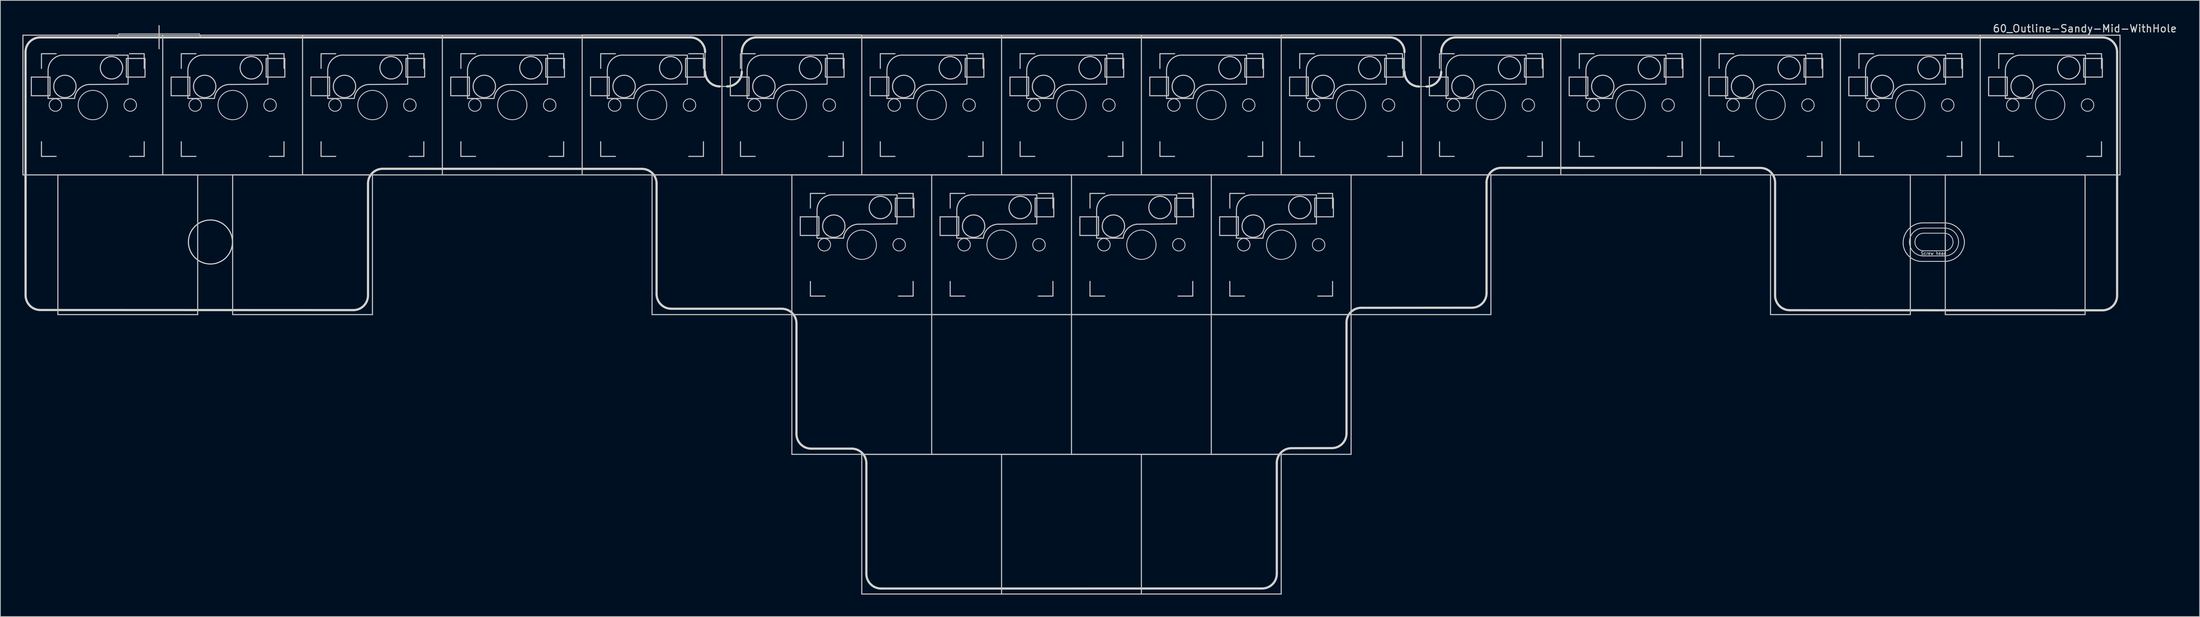
<source format=kicad_pcb>
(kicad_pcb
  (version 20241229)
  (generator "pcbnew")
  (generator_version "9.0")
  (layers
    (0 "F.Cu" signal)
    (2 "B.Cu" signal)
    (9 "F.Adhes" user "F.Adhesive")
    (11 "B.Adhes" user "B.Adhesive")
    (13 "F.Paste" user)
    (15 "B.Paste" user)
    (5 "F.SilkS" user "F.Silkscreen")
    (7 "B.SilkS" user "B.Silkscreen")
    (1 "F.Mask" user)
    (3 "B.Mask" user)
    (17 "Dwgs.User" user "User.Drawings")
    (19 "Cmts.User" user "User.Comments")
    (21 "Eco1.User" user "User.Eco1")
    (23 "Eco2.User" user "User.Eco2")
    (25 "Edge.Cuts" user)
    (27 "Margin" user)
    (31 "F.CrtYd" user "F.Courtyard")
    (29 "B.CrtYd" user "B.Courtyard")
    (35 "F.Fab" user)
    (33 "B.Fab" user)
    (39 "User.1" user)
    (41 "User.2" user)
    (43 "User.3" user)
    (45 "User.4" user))
  (footprint "60_Outline-Sandy-Mid-WithHole"
    (layer "F.Cu")
    (at 142.95 39.848)
    (property "Reference" "60_Outline-Sandy-Mid-WithHole" (at 138.075 -39 0) (layer "Edge.Cuts") (effects (font (size 1 1) (thickness 0.15))))
    (attr through_hole)
    (fp_line (start -142.875 -38.1) (end -123.825 -38.1) (stroke (width 0.15) (type solid)) (layer "Dwgs.User"))
    (fp_line (start -142.875 -19.05) (end -142.875 -38.1) (stroke (width 0.15) (type solid)) (layer "Dwgs.User"))
    (fp_line (start -141.732 -32.385) (end -141.732 -29.845) (stroke (width 0.15) (type solid)) (layer "Dwgs.User"))
    (fp_line (start -141.732 -29.845) (end -139.192 -29.845) (stroke (width 0.15) (type solid)) (layer "Dwgs.User"))
    (fp_line (start -140.35 -35.575) (end -140.35 -33.575) (stroke (width 0.15) (type solid)) (layer "Dwgs.User"))
    (fp_line (start -140.35 -23.575) (end -140.35 -21.575) (stroke (width 0.15) (type solid)) (layer "Dwgs.User"))
    (fp_line (start -140.35 -21.575) (end -138.35 -21.575) (stroke (width 0.15) (type solid)) (layer "Dwgs.User"))
    (fp_line (start -139.45 -33.425) (end -139.45 -29.48) (stroke (width 0.15) (type solid)) (layer "Dwgs.User"))
    (fp_line (start -139.45 -29.471) (end -135.84 -29.471) (stroke (width 0.15) (type solid)) (layer "Dwgs.User"))
    (fp_line (start -139.192 -32.385) (end -141.732 -32.385) (stroke (width 0.15) (type solid)) (layer "Dwgs.User"))
    (fp_line (start -139.192 -29.845) (end -139.192 -32.385) (stroke (width 0.15) (type solid)) (layer "Dwgs.User"))
    (fp_line (start -138.35 -35.575) (end -140.35 -35.575) (stroke (width 0.15) (type solid)) (layer "Dwgs.User"))
    (fp_line (start -138.113 -19.05) (end -119.062 -19.05) (stroke (width 0.15) (type solid)) (layer "Dwgs.User"))
    (fp_line (start -138.113 0) (end -138.113 -19.05) (stroke (width 0.15) (type solid)) (layer "Dwgs.User"))
    (fp_line (start -129.825 -38.3) (end -118.825 -38.3) (stroke (width 0.1) (type solid)) (layer "Dwgs.User"))
    (fp_line (start -128.778 -34.925) (end -126.238 -34.925) (stroke (width 0.15) (type solid)) (layer "Dwgs.User"))
    (fp_line (start -128.778 -32.385) (end -128.778 -34.925) (stroke (width 0.15) (type solid)) (layer "Dwgs.User"))
    (fp_line (start -128.55 -35.379) (end -137.175 -35.379) (stroke (width 0.15) (type solid)) (layer "Dwgs.User"))
    (fp_line (start -128.55 -31.471) (end -128.55 -35.379) (stroke (width 0.15) (type solid)) (layer "Dwgs.User"))
    (fp_line (start -128.55 -31.425) (end -133.6 -31.379) (stroke (width 0.15) (type solid)) (layer "Dwgs.User"))
    (fp_line (start -128.35 -35.575) (end -126.35 -35.575) (stroke (width 0.15) (type solid)) (layer "Dwgs.User"))
    (fp_line (start -128.35 -21.575) (end -126.35 -21.575) (stroke (width 0.15) (type solid)) (layer "Dwgs.User"))
    (fp_line (start -126.35 -35.575) (end -126.35 -33.575) (stroke (width 0.15) (type solid)) (layer "Dwgs.User"))
    (fp_line (start -126.35 -21.575) (end -126.35 -23.575) (stroke (width 0.15) (type solid)) (layer "Dwgs.User"))
    (fp_line (start -126.238 -34.925) (end -126.238 -32.385) (stroke (width 0.15) (type solid)) (layer "Dwgs.User"))
    (fp_line (start -126.238 -32.385) (end -128.778 -32.385) (stroke (width 0.15) (type solid)) (layer "Dwgs.User"))
    (fp_line (start -124.325 -39.4) (end -124.325 -36.25) (stroke (width 0.15) (type solid)) (layer "Dwgs.User"))
    (fp_line (start -123.825 -38.1) (end -123.825 -19.05) (stroke (width 0.15) (type solid)) (layer "Dwgs.User"))
    (fp_line (start -123.825 -38.1) (end -104.775 -38.1) (stroke (width 0.15) (type solid)) (layer "Dwgs.User"))
    (fp_line (start -123.825 -19.05) (end -142.875 -19.05) (stroke (width 0.15) (type solid)) (layer "Dwgs.User"))
    (fp_line (start -122.682 -32.385) (end -122.682 -29.845) (stroke (width 0.15) (type solid)) (layer "Dwgs.User"))
    (fp_line (start -122.682 -29.845) (end -120.142 -29.845) (stroke (width 0.15) (type solid)) (layer "Dwgs.User"))
    (fp_line (start -121.3 -35.575) (end -121.3 -33.575) (stroke (width 0.15) (type solid)) (layer "Dwgs.User"))
    (fp_line (start -121.3 -23.575) (end -121.3 -21.575) (stroke (width 0.15) (type solid)) (layer "Dwgs.User"))
    (fp_line (start -121.3 -21.575) (end -119.3 -21.575) (stroke (width 0.15) (type solid)) (layer "Dwgs.User"))
    (fp_line (start -120.4 -33.425) (end -120.4 -29.48) (stroke (width 0.15) (type solid)) (layer "Dwgs.User"))
    (fp_line (start -120.4 -29.471) (end -116.79 -29.471) (stroke (width 0.15) (type solid)) (layer "Dwgs.User"))
    (fp_line (start -120.142 -32.385) (end -122.682 -32.385) (stroke (width 0.15) (type solid)) (layer "Dwgs.User"))
    (fp_line (start -120.142 -29.845) (end -120.142 -32.385) (stroke (width 0.15) (type solid)) (layer "Dwgs.User"))
    (fp_line (start -119.3 -35.575) (end -121.3 -35.575) (stroke (width 0.15) (type solid)) (layer "Dwgs.User"))
    (fp_line (start -119.062 -19.05) (end -119.062 0) (stroke (width 0.15) (type solid)) (layer "Dwgs.User"))
    (fp_line (start -119.062 0) (end -138.113 0) (stroke (width 0.15) (type solid)) (layer "Dwgs.User"))
    (fp_line (start -114.3 -19.05) (end -95.25 -19.05) (stroke (width 0.15) (type solid)) (layer "Dwgs.User"))
    (fp_line (start -114.3 0) (end -114.3 -19.05) (stroke (width 0.15) (type solid)) (layer "Dwgs.User"))
    (fp_line (start -109.728 -34.925) (end -107.188 -34.925) (stroke (width 0.15) (type solid)) (layer "Dwgs.User"))
    (fp_line (start -109.728 -32.385) (end -109.728 -34.925) (stroke (width 0.15) (type solid)) (layer "Dwgs.User"))
    (fp_line (start -109.5 -35.379) (end -118.125 -35.379) (stroke (width 0.15) (type solid)) (layer "Dwgs.User"))
    (fp_line (start -109.5 -31.471) (end -109.5 -35.379) (stroke (width 0.15) (type solid)) (layer "Dwgs.User"))
    (fp_line (start -109.5 -31.425) (end -114.55 -31.379) (stroke (width 0.15) (type solid)) (layer "Dwgs.User"))
    (fp_line (start -109.3 -35.575) (end -107.3 -35.575) (stroke (width 0.15) (type solid)) (layer "Dwgs.User"))
    (fp_line (start -109.3 -21.575) (end -107.3 -21.575) (stroke (width 0.15) (type solid)) (layer "Dwgs.User"))
    (fp_line (start -107.3 -35.575) (end -107.3 -33.575) (stroke (width 0.15) (type solid)) (layer "Dwgs.User"))
    (fp_line (start -107.3 -21.575) (end -107.3 -23.575) (stroke (width 0.15) (type solid)) (layer "Dwgs.User"))
    (fp_line (start -107.188 -34.925) (end -107.188 -32.385) (stroke (width 0.15) (type solid)) (layer "Dwgs.User"))
    (fp_line (start -107.188 -32.385) (end -109.728 -32.385) (stroke (width 0.15) (type solid)) (layer "Dwgs.User"))
    (fp_line (start -104.775 -38.1) (end -85.725 -38.1) (stroke (width 0.15) (type solid)) (layer "Dwgs.User"))
    (fp_line (start -104.775 -19.05) (end -123.825 -19.05) (stroke (width 0.15) (type solid)) (layer "Dwgs.User"))
    (fp_line (start -104.775 -19.05) (end -104.775 -38.1) (stroke (width 0.15) (type solid)) (layer "Dwgs.User"))
    (fp_line (start -103.632 -32.385) (end -103.632 -29.845) (stroke (width 0.15) (type solid)) (layer "Dwgs.User"))
    (fp_line (start -103.632 -29.845) (end -101.092 -29.845) (stroke (width 0.15) (type solid)) (layer "Dwgs.User"))
    (fp_line (start -102.25 -35.575) (end -102.25 -33.575) (stroke (width 0.15) (type solid)) (layer "Dwgs.User"))
    (fp_line (start -102.25 -23.575) (end -102.25 -21.575) (stroke (width 0.15) (type solid)) (layer "Dwgs.User"))
    (fp_line (start -102.25 -21.575) (end -100.25 -21.575) (stroke (width 0.15) (type solid)) (layer "Dwgs.User"))
    (fp_line (start -101.35 -33.425) (end -101.35 -29.48) (stroke (width 0.15) (type solid)) (layer "Dwgs.User"))
    (fp_line (start -101.35 -29.471) (end -97.74 -29.471) (stroke (width 0.15) (type solid)) (layer "Dwgs.User"))
    (fp_line (start -101.092 -32.385) (end -103.632 -32.385) (stroke (width 0.15) (type solid)) (layer "Dwgs.User"))
    (fp_line (start -101.092 -29.845) (end -101.092 -32.385) (stroke (width 0.15) (type solid)) (layer "Dwgs.User"))
    (fp_line (start -100.25 -35.575) (end -102.25 -35.575) (stroke (width 0.15) (type solid)) (layer "Dwgs.User"))
    (fp_line (start -95.25 -19.05) (end -95.25 0) (stroke (width 0.15) (type solid)) (layer "Dwgs.User"))
    (fp_line (start -95.25 0) (end -114.3 0) (stroke (width 0.15) (type solid)) (layer "Dwgs.User"))
    (fp_line (start -90.678 -34.925) (end -88.138 -34.925) (stroke (width 0.15) (type solid)) (layer "Dwgs.User"))
    (fp_line (start -90.678 -32.385) (end -90.678 -34.925) (stroke (width 0.15) (type solid)) (layer "Dwgs.User"))
    (fp_line (start -90.45 -35.379) (end -99.075 -35.379) (stroke (width 0.15) (type solid)) (layer "Dwgs.User"))
    (fp_line (start -90.45 -31.471) (end -90.45 -35.379) (stroke (width 0.15) (type solid)) (layer "Dwgs.User"))
    (fp_line (start -90.45 -31.425) (end -95.5 -31.379) (stroke (width 0.15) (type solid)) (layer "Dwgs.User"))
    (fp_line (start -90.25 -35.575) (end -88.25 -35.575) (stroke (width 0.15) (type solid)) (layer "Dwgs.User"))
    (fp_line (start -90.25 -21.575) (end -88.25 -21.575) (stroke (width 0.15) (type solid)) (layer "Dwgs.User"))
    (fp_line (start -88.25 -35.575) (end -88.25 -33.575) (stroke (width 0.15) (type solid)) (layer "Dwgs.User"))
    (fp_line (start -88.25 -21.575) (end -88.25 -23.575) (stroke (width 0.15) (type solid)) (layer "Dwgs.User"))
    (fp_line (start -88.138 -34.925) (end -88.138 -32.385) (stroke (width 0.15) (type solid)) (layer "Dwgs.User"))
    (fp_line (start -88.138 -32.385) (end -90.678 -32.385) (stroke (width 0.15) (type solid)) (layer "Dwgs.User"))
    (fp_line (start -85.725 -38.1) (end -85.725 -19.05) (stroke (width 0.15) (type solid)) (layer "Dwgs.User"))
    (fp_line (start -85.725 -38.1) (end -66.675 -38.1) (stroke (width 0.15) (type solid)) (layer "Dwgs.User"))
    (fp_line (start -85.725 -19.05) (end -104.775 -19.05) (stroke (width 0.15) (type solid)) (layer "Dwgs.User"))
    (fp_line (start -84.582 -32.385) (end -84.582 -29.845) (stroke (width 0.15) (type solid)) (layer "Dwgs.User"))
    (fp_line (start -84.582 -29.845) (end -82.042 -29.845) (stroke (width 0.15) (type solid)) (layer "Dwgs.User"))
    (fp_line (start -83.2 -35.575) (end -83.2 -33.575) (stroke (width 0.15) (type solid)) (layer "Dwgs.User"))
    (fp_line (start -83.2 -23.575) (end -83.2 -21.575) (stroke (width 0.15) (type solid)) (layer "Dwgs.User"))
    (fp_line (start -83.2 -21.575) (end -81.2 -21.575) (stroke (width 0.15) (type solid)) (layer "Dwgs.User"))
    (fp_line (start -82.3 -33.425) (end -82.3 -29.48) (stroke (width 0.15) (type solid)) (layer "Dwgs.User"))
    (fp_line (start -82.3 -29.471) (end -78.69 -29.471) (stroke (width 0.15) (type solid)) (layer "Dwgs.User"))
    (fp_line (start -82.042 -32.385) (end -84.582 -32.385) (stroke (width 0.15) (type solid)) (layer "Dwgs.User"))
    (fp_line (start -82.042 -29.845) (end -82.042 -32.385) (stroke (width 0.15) (type solid)) (layer "Dwgs.User"))
    (fp_line (start -81.2 -35.575) (end -83.2 -35.575) (stroke (width 0.15) (type solid)) (layer "Dwgs.User"))
    (fp_line (start -71.628 -34.925) (end -69.088 -34.925) (stroke (width 0.15) (type solid)) (layer "Dwgs.User"))
    (fp_line (start -71.628 -32.385) (end -71.628 -34.925) (stroke (width 0.15) (type solid)) (layer "Dwgs.User"))
    (fp_line (start -71.4 -35.379) (end -80.025 -35.379) (stroke (width 0.15) (type solid)) (layer "Dwgs.User"))
    (fp_line (start -71.4 -31.471) (end -71.4 -35.379) (stroke (width 0.15) (type solid)) (layer "Dwgs.User"))
    (fp_line (start -71.4 -31.425) (end -76.45 -31.379) (stroke (width 0.15) (type solid)) (layer "Dwgs.User"))
    (fp_line (start -71.2 -35.575) (end -69.2 -35.575) (stroke (width 0.15) (type solid)) (layer "Dwgs.User"))
    (fp_line (start -71.2 -21.575) (end -69.2 -21.575) (stroke (width 0.15) (type solid)) (layer "Dwgs.User"))
    (fp_line (start -69.2 -35.575) (end -69.2 -33.575) (stroke (width 0.15) (type solid)) (layer "Dwgs.User"))
    (fp_line (start -69.2 -21.575) (end -69.2 -23.575) (stroke (width 0.15) (type solid)) (layer "Dwgs.User"))
    (fp_line (start -69.088 -34.925) (end -69.088 -32.385) (stroke (width 0.15) (type solid)) (layer "Dwgs.User"))
    (fp_line (start -69.088 -32.385) (end -71.628 -32.385) (stroke (width 0.15) (type solid)) (layer "Dwgs.User"))
    (fp_line (start -66.7 -38.125) (end -47.65 -38.125) (stroke (width 0.15) (type solid)) (layer "Dwgs.User"))
    (fp_line (start -66.675 -38.1) (end -66.675 -19.05) (stroke (width 0.15) (type solid)) (layer "Dwgs.User"))
    (fp_line (start -66.675 -38.1) (end -47.625 -38.1) (stroke (width 0.15) (type solid)) (layer "Dwgs.User"))
    (fp_line (start -66.675 -19.05) (end -85.725 -19.05) (stroke (width 0.15) (type solid)) (layer "Dwgs.User"))
    (fp_line (start -65.532 -32.385) (end -65.532 -29.845) (stroke (width 0.15) (type solid)) (layer "Dwgs.User"))
    (fp_line (start -65.532 -29.845) (end -62.992 -29.845) (stroke (width 0.15) (type solid)) (layer "Dwgs.User"))
    (fp_line (start -64.15 -35.575) (end -64.15 -33.575) (stroke (width 0.15) (type solid)) (layer "Dwgs.User"))
    (fp_line (start -64.15 -23.575) (end -64.15 -21.575) (stroke (width 0.15) (type solid)) (layer "Dwgs.User"))
    (fp_line (start -64.15 -21.575) (end -62.15 -21.575) (stroke (width 0.15) (type solid)) (layer "Dwgs.User"))
    (fp_line (start -63.25 -33.425) (end -63.25 -29.48) (stroke (width 0.15) (type solid)) (layer "Dwgs.User"))
    (fp_line (start -63.25 -29.471) (end -59.64 -29.471) (stroke (width 0.15) (type solid)) (layer "Dwgs.User"))
    (fp_line (start -62.992 -32.385) (end -65.532 -32.385) (stroke (width 0.15) (type solid)) (layer "Dwgs.User"))
    (fp_line (start -62.992 -29.845) (end -62.992 -32.385) (stroke (width 0.15) (type solid)) (layer "Dwgs.User"))
    (fp_line (start -62.15 -35.575) (end -64.15 -35.575) (stroke (width 0.15) (type solid)) (layer "Dwgs.User"))
    (fp_line (start -57.15 -19.05) (end -38.1 -19.05) (stroke (width 0.15) (type solid)) (layer "Dwgs.User"))
    (fp_line (start -57.15 0) (end -57.15 -19.05) (stroke (width 0.15) (type solid)) (layer "Dwgs.User"))
    (fp_line (start -52.578 -34.925) (end -50.038 -34.925) (stroke (width 0.15) (type solid)) (layer "Dwgs.User"))
    (fp_line (start -52.578 -32.385) (end -52.578 -34.925) (stroke (width 0.15) (type solid)) (layer "Dwgs.User"))
    (fp_line (start -52.35 -35.379) (end -60.975 -35.379) (stroke (width 0.15) (type solid)) (layer "Dwgs.User"))
    (fp_line (start -52.35 -31.471) (end -52.35 -35.379) (stroke (width 0.15) (type solid)) (layer "Dwgs.User"))
    (fp_line (start -52.35 -31.425) (end -57.4 -31.379) (stroke (width 0.15) (type solid)) (layer "Dwgs.User"))
    (fp_line (start -52.15 -35.575) (end -50.15 -35.575) (stroke (width 0.15) (type solid)) (layer "Dwgs.User"))
    (fp_line (start -52.15 -21.575) (end -50.15 -21.575) (stroke (width 0.15) (type solid)) (layer "Dwgs.User"))
    (fp_line (start -50.15 -35.575) (end -50.15 -33.575) (stroke (width 0.15) (type solid)) (layer "Dwgs.User"))
    (fp_line (start -50.15 -21.575) (end -50.15 -23.575) (stroke (width 0.15) (type solid)) (layer "Dwgs.User"))
    (fp_line (start -50.038 -34.925) (end -50.038 -32.385) (stroke (width 0.15) (type solid)) (layer "Dwgs.User"))
    (fp_line (start -50.038 -32.385) (end -52.578 -32.385) (stroke (width 0.15) (type solid)) (layer "Dwgs.User"))
    (fp_line (start -47.65 -38.125) (end -28.6 -38.125) (stroke (width 0.15) (type solid)) (layer "Dwgs.User"))
    (fp_line (start -47.625 -38.1) (end -28.575 -38.1) (stroke (width 0.15) (type solid)) (layer "Dwgs.User"))
    (fp_line (start -47.625 -19.05) (end -66.675 -19.05) (stroke (width 0.15) (type solid)) (layer "Dwgs.User"))
    (fp_line (start -47.625 -19.05) (end -47.625 -38.1) (stroke (width 0.15) (type solid)) (layer "Dwgs.User"))
    (fp_line (start -46.482 -32.385) (end -46.482 -29.845) (stroke (width 0.15) (type solid)) (layer "Dwgs.User"))
    (fp_line (start -46.482 -29.845) (end -43.942 -29.845) (stroke (width 0.15) (type solid)) (layer "Dwgs.User"))
    (fp_line (start -45.1 -35.575) (end -45.1 -33.575) (stroke (width 0.15) (type solid)) (layer "Dwgs.User"))
    (fp_line (start -45.1 -23.575) (end -45.1 -21.575) (stroke (width 0.15) (type solid)) (layer "Dwgs.User"))
    (fp_line (start -45.1 -21.575) (end -43.1 -21.575) (stroke (width 0.15) (type solid)) (layer "Dwgs.User"))
    (fp_line (start -44.2 -33.425) (end -44.2 -29.48) (stroke (width 0.15) (type solid)) (layer "Dwgs.User"))
    (fp_line (start -44.2 -29.471) (end -40.59 -29.471) (stroke (width 0.15) (type solid)) (layer "Dwgs.User"))
    (fp_line (start -43.942 -32.385) (end -46.482 -32.385) (stroke (width 0.15) (type solid)) (layer "Dwgs.User"))
    (fp_line (start -43.942 -29.845) (end -43.942 -32.385) (stroke (width 0.15) (type solid)) (layer "Dwgs.User"))
    (fp_line (start -43.1 -35.575) (end -45.1 -35.575) (stroke (width 0.15) (type solid)) (layer "Dwgs.User"))
    (fp_line (start -38.1 -19.05) (end -19.05 -19.05) (stroke (width 0.15) (type solid)) (layer "Dwgs.User"))
    (fp_line (start -38.1 0) (end -57.15 0) (stroke (width 0.15) (type solid)) (layer "Dwgs.User"))
    (fp_line (start -38.1 0) (end -38.1 -19.05) (stroke (width 0.15) (type solid)) (layer "Dwgs.User"))
    (fp_line (start -38.1 0) (end -19.05 0) (stroke (width 0.15) (type solid)) (layer "Dwgs.User"))
    (fp_line (start -38.1 19.05) (end -38.1 0) (stroke (width 0.15) (type solid)) (layer "Dwgs.User"))
    (fp_line (start -36.957 -13.335) (end -36.957 -10.795) (stroke (width 0.15) (type solid)) (layer "Dwgs.User"))
    (fp_line (start -36.957 -10.795) (end -34.417 -10.795) (stroke (width 0.15) (type solid)) (layer "Dwgs.User"))
    (fp_line (start -35.575 -16.525) (end -35.575 -14.525) (stroke (width 0.15) (type solid)) (layer "Dwgs.User"))
    (fp_line (start -35.575 -4.525) (end -35.575 -2.525) (stroke (width 0.15) (type solid)) (layer "Dwgs.User"))
    (fp_line (start -35.575 -2.525) (end -33.575 -2.525) (stroke (width 0.15) (type solid)) (layer "Dwgs.User"))
    (fp_line (start -34.675 -14.375) (end -34.675 -10.43) (stroke (width 0.15) (type solid)) (layer "Dwgs.User"))
    (fp_line (start -34.675 -10.421) (end -31.065 -10.421) (stroke (width 0.15) (type solid)) (layer "Dwgs.User"))
    (fp_line (start -34.417 -13.335) (end -36.957 -13.335) (stroke (width 0.15) (type solid)) (layer "Dwgs.User"))
    (fp_line (start -34.417 -10.795) (end -34.417 -13.335) (stroke (width 0.15) (type solid)) (layer "Dwgs.User"))
    (fp_line (start -33.575 -16.525) (end -35.575 -16.525) (stroke (width 0.15) (type solid)) (layer "Dwgs.User"))
    (fp_line (start -33.528 -34.925) (end -30.988 -34.925) (stroke (width 0.15) (type solid)) (layer "Dwgs.User"))
    (fp_line (start -33.528 -32.385) (end -33.528 -34.925) (stroke (width 0.15) (type solid)) (layer "Dwgs.User"))
    (fp_line (start -33.3 -35.379) (end -41.925 -35.379) (stroke (width 0.15) (type solid)) (layer "Dwgs.User"))
    (fp_line (start -33.3 -31.471) (end -33.3 -35.379) (stroke (width 0.15) (type solid)) (layer "Dwgs.User"))
    (fp_line (start -33.3 -31.425) (end -38.35 -31.379) (stroke (width 0.15) (type solid)) (layer "Dwgs.User"))
    (fp_line (start -33.1 -35.575) (end -31.1 -35.575) (stroke (width 0.15) (type solid)) (layer "Dwgs.User"))
    (fp_line (start -33.1 -21.575) (end -31.1 -21.575) (stroke (width 0.15) (type solid)) (layer "Dwgs.User"))
    (fp_line (start -31.1 -35.575) (end -31.1 -33.575) (stroke (width 0.15) (type solid)) (layer "Dwgs.User"))
    (fp_line (start -31.1 -21.575) (end -31.1 -23.575) (stroke (width 0.15) (type solid)) (layer "Dwgs.User"))
    (fp_line (start -30.988 -34.925) (end -30.988 -32.385) (stroke (width 0.15) (type solid)) (layer "Dwgs.User"))
    (fp_line (start -30.988 -32.385) (end -33.528 -32.385) (stroke (width 0.15) (type solid)) (layer "Dwgs.User"))
    (fp_line (start -28.575 -38.1) (end -9.525 -38.1) (stroke (width 0.15) (type solid)) (layer "Dwgs.User"))
    (fp_line (start -28.575 -19.05) (end -47.625 -19.05) (stroke (width 0.15) (type solid)) (layer "Dwgs.User"))
    (fp_line (start -28.575 -19.05) (end -28.575 -38.1) (stroke (width 0.15) (type solid)) (layer "Dwgs.User"))
    (fp_line (start -28.575 19.05) (end -9.525 19.05) (stroke (width 0.15) (type solid)) (layer "Dwgs.User"))
    (fp_line (start -28.575 38.1) (end -28.575 19.05) (stroke (width 0.15) (type solid)) (layer "Dwgs.User"))
    (fp_line (start -27.432 -32.385) (end -27.432 -29.845) (stroke (width 0.15) (type solid)) (layer "Dwgs.User"))
    (fp_line (start -27.432 -29.845) (end -24.892 -29.845) (stroke (width 0.15) (type solid)) (layer "Dwgs.User"))
    (fp_line (start -26.05 -35.575) (end -26.05 -33.575) (stroke (width 0.15) (type solid)) (layer "Dwgs.User"))
    (fp_line (start -26.05 -23.575) (end -26.05 -21.575) (stroke (width 0.15) (type solid)) (layer "Dwgs.User"))
    (fp_line (start -26.05 -21.575) (end -24.05 -21.575) (stroke (width 0.15) (type solid)) (layer "Dwgs.User"))
    (fp_line (start -25.15 -33.425) (end -25.15 -29.48) (stroke (width 0.15) (type solid)) (layer "Dwgs.User"))
    (fp_line (start -25.15 -29.471) (end -21.54 -29.471) (stroke (width 0.15) (type solid)) (layer "Dwgs.User"))
    (fp_line (start -24.892 -32.385) (end -27.432 -32.385) (stroke (width 0.15) (type solid)) (layer "Dwgs.User"))
    (fp_line (start -24.892 -29.845) (end -24.892 -32.385) (stroke (width 0.15) (type solid)) (layer "Dwgs.User"))
    (fp_line (start -24.05 -35.575) (end -26.05 -35.575) (stroke (width 0.15) (type solid)) (layer "Dwgs.User"))
    (fp_line (start -24.003 -15.875) (end -21.463 -15.875) (stroke (width 0.15) (type solid)) (layer "Dwgs.User"))
    (fp_line (start -24.003 -13.335) (end -24.003 -15.875) (stroke (width 0.15) (type solid)) (layer "Dwgs.User"))
    (fp_line (start -23.775 -16.329) (end -32.4 -16.329) (stroke (width 0.15) (type solid)) (layer "Dwgs.User"))
    (fp_line (start -23.775 -12.421) (end -23.775 -16.329) (stroke (width 0.15) (type solid)) (layer "Dwgs.User"))
    (fp_line (start -23.775 -12.375) (end -28.825 -12.329) (stroke (width 0.15) (type solid)) (layer "Dwgs.User"))
    (fp_line (start -23.575 -16.525) (end -21.575 -16.525) (stroke (width 0.15) (type solid)) (layer "Dwgs.User"))
    (fp_line (start -23.575 -2.525) (end -21.575 -2.525) (stroke (width 0.15) (type solid)) (layer "Dwgs.User"))
    (fp_line (start -21.575 -16.525) (end -21.575 -14.525) (stroke (width 0.15) (type solid)) (layer "Dwgs.User"))
    (fp_line (start -21.575 -2.525) (end -21.575 -4.525) (stroke (width 0.15) (type solid)) (layer "Dwgs.User"))
    (fp_line (start -21.463 -15.875) (end -21.463 -13.335) (stroke (width 0.15) (type solid)) (layer "Dwgs.User"))
    (fp_line (start -21.463 -13.335) (end -24.003 -13.335) (stroke (width 0.15) (type solid)) (layer "Dwgs.User"))
    (fp_line (start -19.05 -19.05) (end -19.05 0) (stroke (width 0.15) (type solid)) (layer "Dwgs.User"))
    (fp_line (start -19.05 -19.05) (end 0 -19.05) (stroke (width 0.15) (type solid)) (layer "Dwgs.User"))
    (fp_line (start -19.05 0) (end -38.1 0) (stroke (width 0.15) (type solid)) (layer "Dwgs.User"))
    (fp_line (start -19.05 0) (end 0 0) (stroke (width 0.15) (type solid)) (layer "Dwgs.User"))
    (fp_line (start -19.05 19.05) (end -38.1 19.05) (stroke (width 0.15) (type solid)) (layer "Dwgs.User"))
    (fp_line (start -19.05 19.05) (end -19.05 0) (stroke (width 0.15) (type solid)) (layer "Dwgs.User"))
    (fp_line (start -17.907 -13.335) (end -17.907 -10.795) (stroke (width 0.15) (type solid)) (layer "Dwgs.User"))
    (fp_line (start -17.907 -10.795) (end -15.367 -10.795) (stroke (width 0.15) (type solid)) (layer "Dwgs.User"))
    (fp_line (start -16.525 -16.525) (end -16.525 -14.525) (stroke (width 0.15) (type solid)) (layer "Dwgs.User"))
    (fp_line (start -16.525 -4.525) (end -16.525 -2.525) (stroke (width 0.15) (type solid)) (layer "Dwgs.User"))
    (fp_line (start -16.525 -2.525) (end -14.525 -2.525) (stroke (width 0.15) (type solid)) (layer "Dwgs.User"))
    (fp_line (start -15.625 -14.375) (end -15.625 -10.43) (stroke (width 0.15) (type solid)) (layer "Dwgs.User"))
    (fp_line (start -15.625 -10.421) (end -12.015 -10.421) (stroke (width 0.15) (type solid)) (layer "Dwgs.User"))
    (fp_line (start -15.367 -13.335) (end -17.907 -13.335) (stroke (width 0.15) (type solid)) (layer "Dwgs.User"))
    (fp_line (start -15.367 -10.795) (end -15.367 -13.335) (stroke (width 0.15) (type solid)) (layer "Dwgs.User"))
    (fp_line (start -14.525 -16.525) (end -16.525 -16.525) (stroke (width 0.15) (type solid)) (layer "Dwgs.User"))
    (fp_line (start -14.478 -34.925) (end -11.938 -34.925) (stroke (width 0.15) (type solid)) (layer "Dwgs.User"))
    (fp_line (start -14.478 -32.385) (end -14.478 -34.925) (stroke (width 0.15) (type solid)) (layer "Dwgs.User"))
    (fp_line (start -14.25 -35.379) (end -22.875 -35.379) (stroke (width 0.15) (type solid)) (layer "Dwgs.User"))
    (fp_line (start -14.25 -31.471) (end -14.25 -35.379) (stroke (width 0.15) (type solid)) (layer "Dwgs.User"))
    (fp_line (start -14.25 -31.425) (end -19.3 -31.379) (stroke (width 0.15) (type solid)) (layer "Dwgs.User"))
    (fp_line (start -14.05 -35.575) (end -12.05 -35.575) (stroke (width 0.15) (type solid)) (layer "Dwgs.User"))
    (fp_line (start -14.05 -21.575) (end -12.05 -21.575) (stroke (width 0.15) (type solid)) (layer "Dwgs.User"))
    (fp_line (start -12.05 -35.575) (end -12.05 -33.575) (stroke (width 0.15) (type solid)) (layer "Dwgs.User"))
    (fp_line (start -12.05 -21.575) (end -12.05 -23.575) (stroke (width 0.15) (type solid)) (layer "Dwgs.User"))
    (fp_line (start -11.938 -34.925) (end -11.938 -32.385) (stroke (width 0.15) (type solid)) (layer "Dwgs.User"))
    (fp_line (start -11.938 -32.385) (end -14.478 -32.385) (stroke (width 0.15) (type solid)) (layer "Dwgs.User"))
    (fp_line (start -9.525 -38.1) (end -9.525 -19.05) (stroke (width 0.15) (type solid)) (layer "Dwgs.User"))
    (fp_line (start -9.525 -38.1) (end 9.525 -38.1) (stroke (width 0.15) (type solid)) (layer "Dwgs.User"))
    (fp_line (start -9.525 -19.05) (end -28.575 -19.05) (stroke (width 0.15) (type solid)) (layer "Dwgs.User"))
    (fp_line (start -9.525 19.05) (end 9.525 19.05) (stroke (width 0.15) (type solid)) (layer "Dwgs.User"))
    (fp_line (start -9.525 38.1) (end -28.575 38.1) (stroke (width 0.15) (type solid)) (layer "Dwgs.User"))
    (fp_line (start -9.525 38.1) (end -9.525 19.05) (stroke (width 0.15) (type solid)) (layer "Dwgs.User"))
    (fp_line (start -8.382 -32.385) (end -8.382 -29.845) (stroke (width 0.15) (type solid)) (layer "Dwgs.User"))
    (fp_line (start -8.382 -29.845) (end -5.842 -29.845) (stroke (width 0.15) (type solid)) (layer "Dwgs.User"))
    (fp_line (start -7 -35.575) (end -7 -33.575) (stroke (width 0.15) (type solid)) (layer "Dwgs.User"))
    (fp_line (start -7 -23.575) (end -7 -21.575) (stroke (width 0.15) (type solid)) (layer "Dwgs.User"))
    (fp_line (start -7 -21.575) (end -5 -21.575) (stroke (width 0.15) (type solid)) (layer "Dwgs.User"))
    (fp_line (start -6.1 -33.425) (end -6.1 -29.48) (stroke (width 0.15) (type solid)) (layer "Dwgs.User"))
    (fp_line (start -6.1 -29.471) (end -2.49 -29.471) (stroke (width 0.15) (type solid)) (layer "Dwgs.User"))
    (fp_line (start -5.842 -32.385) (end -8.382 -32.385) (stroke (width 0.15) (type solid)) (layer "Dwgs.User"))
    (fp_line (start -5.842 -29.845) (end -5.842 -32.385) (stroke (width 0.15) (type solid)) (layer "Dwgs.User"))
    (fp_line (start -5 -35.575) (end -7 -35.575) (stroke (width 0.15) (type solid)) (layer "Dwgs.User"))
    (fp_line (start -4.953 -15.875) (end -2.413 -15.875) (stroke (width 0.15) (type solid)) (layer "Dwgs.User"))
    (fp_line (start -4.953 -13.335) (end -4.953 -15.875) (stroke (width 0.15) (type solid)) (layer "Dwgs.User"))
    (fp_line (start -4.725 -16.329) (end -13.35 -16.329) (stroke (width 0.15) (type solid)) (layer "Dwgs.User"))
    (fp_line (start -4.725 -12.421) (end -4.725 -16.329) (stroke (width 0.15) (type solid)) (layer "Dwgs.User"))
    (fp_line (start -4.725 -12.375) (end -9.775 -12.329) (stroke (width 0.15) (type solid)) (layer "Dwgs.User"))
    (fp_line (start -4.525 -16.525) (end -2.525 -16.525) (stroke (width 0.15) (type solid)) (layer "Dwgs.User"))
    (fp_line (start -4.525 -2.525) (end -2.525 -2.525) (stroke (width 0.15) (type solid)) (layer "Dwgs.User"))
    (fp_line (start -2.525 -16.525) (end -2.525 -14.525) (stroke (width 0.15) (type solid)) (layer "Dwgs.User"))
    (fp_line (start -2.525 -2.525) (end -2.525 -4.525) (stroke (width 0.15) (type solid)) (layer "Dwgs.User"))
    (fp_line (start -2.413 -15.875) (end -2.413 -13.335) (stroke (width 0.15) (type solid)) (layer "Dwgs.User"))
    (fp_line (start -2.413 -13.335) (end -4.953 -13.335) (stroke (width 0.15) (type solid)) (layer "Dwgs.User"))
    (fp_line (start 0 -19.05) (end 0 0) (stroke (width 0.15) (type solid)) (layer "Dwgs.User"))
    (fp_line (start 0 -19.05) (end 19.05 -19.05) (stroke (width 0.15) (type solid)) (layer "Dwgs.User"))
    (fp_line (start 0 0) (end -19.05 0) (stroke (width 0.15) (type solid)) (layer "Dwgs.User"))
    (fp_line (start 0 0) (end 19.05 0) (stroke (width 0.15) (type solid)) (layer "Dwgs.User"))
    (fp_line (start 0 19.05) (end -19.05 19.05) (stroke (width 0.15) (type solid)) (layer "Dwgs.User"))
    (fp_line (start 0 19.05) (end 0 0) (stroke (width 0.15) (type solid)) (layer "Dwgs.User"))
    (fp_line (start 1.143 -13.335) (end 1.143 -10.795) (stroke (width 0.15) (type solid)) (layer "Dwgs.User"))
    (fp_line (start 1.143 -10.795) (end 3.683 -10.795) (stroke (width 0.15) (type solid)) (layer "Dwgs.User"))
    (fp_line (start 2.525 -16.525) (end 2.525 -14.525) (stroke (width 0.15) (type solid)) (layer "Dwgs.User"))
    (fp_line (start 2.525 -4.525) (end 2.525 -2.525) (stroke (width 0.15) (type solid)) (layer "Dwgs.User"))
    (fp_line (start 2.525 -2.525) (end 4.525 -2.525) (stroke (width 0.15) (type solid)) (layer "Dwgs.User"))
    (fp_line (start 3.425 -14.375) (end 3.425 -10.43) (stroke (width 0.15) (type solid)) (layer "Dwgs.User"))
    (fp_line (start 3.425 -10.421) (end 7.035 -10.421) (stroke (width 0.15) (type solid)) (layer "Dwgs.User"))
    (fp_line (start 3.683 -13.335) (end 1.143 -13.335) (stroke (width 0.15) (type solid)) (layer "Dwgs.User"))
    (fp_line (start 3.683 -10.795) (end 3.683 -13.335) (stroke (width 0.15) (type solid)) (layer "Dwgs.User"))
    (fp_line (start 4.525 -16.525) (end 2.525 -16.525) (stroke (width 0.15) (type solid)) (layer "Dwgs.User"))
    (fp_line (start 4.572 -34.925) (end 7.112 -34.925) (stroke (width 0.15) (type solid)) (layer "Dwgs.User"))
    (fp_line (start 4.572 -32.385) (end 4.572 -34.925) (stroke (width 0.15) (type solid)) (layer "Dwgs.User"))
    (fp_line (start 4.8 -35.379) (end -3.825 -35.379) (stroke (width 0.15) (type solid)) (layer "Dwgs.User"))
    (fp_line (start 4.8 -31.471) (end 4.8 -35.379) (stroke (width 0.15) (type solid)) (layer "Dwgs.User"))
    (fp_line (start 4.8 -31.425) (end -0.25 -31.379) (stroke (width 0.15) (type solid)) (layer "Dwgs.User"))
    (fp_line (start 5 -35.575) (end 7 -35.575) (stroke (width 0.15) (type solid)) (layer "Dwgs.User"))
    (fp_line (start 5 -21.575) (end 7 -21.575) (stroke (width 0.15) (type solid)) (layer "Dwgs.User"))
    (fp_line (start 7 -35.575) (end 7 -33.575) (stroke (width 0.15) (type solid)) (layer "Dwgs.User"))
    (fp_line (start 7 -21.575) (end 7 -23.575) (stroke (width 0.15) (type solid)) (layer "Dwgs.User"))
    (fp_line (start 7.112 -34.925) (end 7.112 -32.385) (stroke (width 0.15) (type solid)) (layer "Dwgs.User"))
    (fp_line (start 7.112 -32.385) (end 4.572 -32.385) (stroke (width 0.15) (type solid)) (layer "Dwgs.User"))
    (fp_line (start 9.525 -38.1) (end 28.575 -38.1) (stroke (width 0.15) (type solid)) (layer "Dwgs.User"))
    (fp_line (start 9.525 -19.05) (end -9.525 -19.05) (stroke (width 0.15) (type solid)) (layer "Dwgs.User"))
    (fp_line (start 9.525 -19.05) (end 9.525 -38.1) (stroke (width 0.15) (type solid)) (layer "Dwgs.User"))
    (fp_line (start 9.525 19.05) (end 28.575 19.05) (stroke (width 0.15) (type solid)) (layer "Dwgs.User"))
    (fp_line (start 9.525 38.1) (end -9.525 38.1) (stroke (width 0.15) (type solid)) (layer "Dwgs.User"))
    (fp_line (start 9.525 38.1) (end 9.525 19.05) (stroke (width 0.15) (type solid)) (layer "Dwgs.User"))
    (fp_line (start 10.668 -32.385) (end 10.668 -29.845) (stroke (width 0.15) (type solid)) (layer "Dwgs.User"))
    (fp_line (start 10.668 -29.845) (end 13.208 -29.845) (stroke (width 0.15) (type solid)) (layer "Dwgs.User"))
    (fp_line (start 12.05 -35.575) (end 12.05 -33.575) (stroke (width 0.15) (type solid)) (layer "Dwgs.User"))
    (fp_line (start 12.05 -23.575) (end 12.05 -21.575) (stroke (width 0.15) (type solid)) (layer "Dwgs.User"))
    (fp_line (start 12.05 -21.575) (end 14.05 -21.575) (stroke (width 0.15) (type solid)) (layer "Dwgs.User"))
    (fp_line (start 12.95 -33.425) (end 12.95 -29.48) (stroke (width 0.15) (type solid)) (layer "Dwgs.User"))
    (fp_line (start 12.95 -29.471) (end 16.56 -29.471) (stroke (width 0.15) (type solid)) (layer "Dwgs.User"))
    (fp_line (start 13.208 -32.385) (end 10.668 -32.385) (stroke (width 0.15) (type solid)) (layer "Dwgs.User"))
    (fp_line (start 13.208 -29.845) (end 13.208 -32.385) (stroke (width 0.15) (type solid)) (layer "Dwgs.User"))
    (fp_line (start 14.05 -35.575) (end 12.05 -35.575) (stroke (width 0.15) (type solid)) (layer "Dwgs.User"))
    (fp_line (start 14.097 -15.875) (end 16.637 -15.875) (stroke (width 0.15) (type solid)) (layer "Dwgs.User"))
    (fp_line (start 14.097 -13.335) (end 14.097 -15.875) (stroke (width 0.15) (type solid)) (layer "Dwgs.User"))
    (fp_line (start 14.325 -16.329) (end 5.7 -16.329) (stroke (width 0.15) (type solid)) (layer "Dwgs.User"))
    (fp_line (start 14.325 -12.421) (end 14.325 -16.329) (stroke (width 0.15) (type solid)) (layer "Dwgs.User"))
    (fp_line (start 14.325 -12.375) (end 9.275 -12.329) (stroke (width 0.15) (type solid)) (layer "Dwgs.User"))
    (fp_line (start 14.525 -16.525) (end 16.525 -16.525) (stroke (width 0.15) (type solid)) (layer "Dwgs.User"))
    (fp_line (start 14.525 -2.525) (end 16.525 -2.525) (stroke (width 0.15) (type solid)) (layer "Dwgs.User"))
    (fp_line (start 16.525 -16.525) (end 16.525 -14.525) (stroke (width 0.15) (type solid)) (layer "Dwgs.User"))
    (fp_line (start 16.525 -2.525) (end 16.525 -4.525) (stroke (width 0.15) (type solid)) (layer "Dwgs.User"))
    (fp_line (start 16.637 -15.875) (end 16.637 -13.335) (stroke (width 0.15) (type solid)) (layer "Dwgs.User"))
    (fp_line (start 16.637 -13.335) (end 14.097 -13.335) (stroke (width 0.15) (type solid)) (layer "Dwgs.User"))
    (fp_line (start 19.05 -19.05) (end 19.05 0) (stroke (width 0.15) (type solid)) (layer "Dwgs.User"))
    (fp_line (start 19.05 -19.05) (end 38.1 -19.05) (stroke (width 0.15) (type solid)) (layer "Dwgs.User"))
    (fp_line (start 19.05 0) (end 0 0) (stroke (width 0.15) (type solid)) (layer "Dwgs.User"))
    (fp_line (start 19.05 0) (end 38.1 0) (stroke (width 0.15) (type solid)) (layer "Dwgs.User"))
    (fp_line (start 19.05 19.05) (end 0 19.05) (stroke (width 0.15) (type solid)) (layer "Dwgs.User"))
    (fp_line (start 19.05 19.05) (end 19.05 0) (stroke (width 0.15) (type solid)) (layer "Dwgs.User"))
    (fp_line (start 20.193 -13.335) (end 20.193 -10.795) (stroke (width 0.15) (type solid)) (layer "Dwgs.User"))
    (fp_line (start 20.193 -10.795) (end 22.733 -10.795) (stroke (width 0.15) (type solid)) (layer "Dwgs.User"))
    (fp_line (start 21.575 -16.525) (end 21.575 -14.525) (stroke (width 0.15) (type solid)) (layer "Dwgs.User"))
    (fp_line (start 21.575 -4.525) (end 21.575 -2.525) (stroke (width 0.15) (type solid)) (layer "Dwgs.User"))
    (fp_line (start 21.575 -2.525) (end 23.575 -2.525) (stroke (width 0.15) (type solid)) (layer "Dwgs.User"))
    (fp_line (start 22.475 -14.375) (end 22.475 -10.43) (stroke (width 0.15) (type solid)) (layer "Dwgs.User"))
    (fp_line (start 22.475 -10.421) (end 26.085 -10.421) (stroke (width 0.15) (type solid)) (layer "Dwgs.User"))
    (fp_line (start 22.733 -13.335) (end 20.193 -13.335) (stroke (width 0.15) (type solid)) (layer "Dwgs.User"))
    (fp_line (start 22.733 -10.795) (end 22.733 -13.335) (stroke (width 0.15) (type solid)) (layer "Dwgs.User"))
    (fp_line (start 23.575 -16.525) (end 21.575 -16.525) (stroke (width 0.15) (type solid)) (layer "Dwgs.User"))
    (fp_line (start 23.622 -34.925) (end 26.162 -34.925) (stroke (width 0.15) (type solid)) (layer "Dwgs.User"))
    (fp_line (start 23.622 -32.385) (end 23.622 -34.925) (stroke (width 0.15) (type solid)) (layer "Dwgs.User"))
    (fp_line (start 23.85 -35.379) (end 15.225 -35.379) (stroke (width 0.15) (type solid)) (layer "Dwgs.User"))
    (fp_line (start 23.85 -31.471) (end 23.85 -35.379) (stroke (width 0.15) (type solid)) (layer "Dwgs.User"))
    (fp_line (start 23.85 -31.425) (end 18.8 -31.379) (stroke (width 0.15) (type solid)) (layer "Dwgs.User"))
    (fp_line (start 24.05 -35.575) (end 26.05 -35.575) (stroke (width 0.15) (type solid)) (layer "Dwgs.User"))
    (fp_line (start 24.05 -21.575) (end 26.05 -21.575) (stroke (width 0.15) (type solid)) (layer "Dwgs.User"))
    (fp_line (start 26.05 -35.575) (end 26.05 -33.575) (stroke (width 0.15) (type solid)) (layer "Dwgs.User"))
    (fp_line (start 26.05 -21.575) (end 26.05 -23.575) (stroke (width 0.15) (type solid)) (layer "Dwgs.User"))
    (fp_line (start 26.162 -34.925) (end 26.162 -32.385) (stroke (width 0.15) (type solid)) (layer "Dwgs.User"))
    (fp_line (start 26.162 -32.385) (end 23.622 -32.385) (stroke (width 0.15) (type solid)) (layer "Dwgs.User"))
    (fp_line (start 28.55 -38.125) (end 47.6 -38.125) (stroke (width 0.15) (type solid)) (layer "Dwgs.User"))
    (fp_line (start 28.575 -38.1) (end 47.625 -38.1) (stroke (width 0.15) (type solid)) (layer "Dwgs.User"))
    (fp_line (start 28.575 -19.05) (end 9.525 -19.05) (stroke (width 0.15) (type solid)) (layer "Dwgs.User"))
    (fp_line (start 28.575 -19.05) (end 28.575 -38.1) (stroke (width 0.15) (type solid)) (layer "Dwgs.User"))
    (fp_line (start 28.575 19.05) (end 28.575 38.1) (stroke (width 0.15) (type solid)) (layer "Dwgs.User"))
    (fp_line (start 28.575 38.1) (end 9.525 38.1) (stroke (width 0.15) (type solid)) (layer "Dwgs.User"))
    (fp_line (start 29.718 -32.385) (end 29.718 -29.845) (stroke (width 0.15) (type solid)) (layer "Dwgs.User"))
    (fp_line (start 29.718 -29.845) (end 32.258 -29.845) (stroke (width 0.15) (type solid)) (layer "Dwgs.User"))
    (fp_line (start 31.1 -35.575) (end 31.1 -33.575) (stroke (width 0.15) (type solid)) (layer "Dwgs.User"))
    (fp_line (start 31.1 -23.575) (end 31.1 -21.575) (stroke (width 0.15) (type solid)) (layer "Dwgs.User"))
    (fp_line (start 31.1 -21.575) (end 33.1 -21.575) (stroke (width 0.15) (type solid)) (layer "Dwgs.User"))
    (fp_line (start 32 -33.425) (end 32 -29.48) (stroke (width 0.15) (type solid)) (layer "Dwgs.User"))
    (fp_line (start 32 -29.471) (end 35.61 -29.471) (stroke (width 0.15) (type solid)) (layer "Dwgs.User"))
    (fp_line (start 32.258 -32.385) (end 29.718 -32.385) (stroke (width 0.15) (type solid)) (layer "Dwgs.User"))
    (fp_line (start 32.258 -29.845) (end 32.258 -32.385) (stroke (width 0.15) (type solid)) (layer "Dwgs.User"))
    (fp_line (start 33.1 -35.575) (end 31.1 -35.575) (stroke (width 0.15) (type solid)) (layer "Dwgs.User"))
    (fp_line (start 33.147 -15.875) (end 35.687 -15.875) (stroke (width 0.15) (type solid)) (layer "Dwgs.User"))
    (fp_line (start 33.147 -13.335) (end 33.147 -15.875) (stroke (width 0.15) (type solid)) (layer "Dwgs.User"))
    (fp_line (start 33.375 -16.329) (end 24.75 -16.329) (stroke (width 0.15) (type solid)) (layer "Dwgs.User"))
    (fp_line (start 33.375 -12.421) (end 33.375 -16.329) (stroke (width 0.15) (type solid)) (layer "Dwgs.User"))
    (fp_line (start 33.375 -12.375) (end 28.325 -12.329) (stroke (width 0.15) (type solid)) (layer "Dwgs.User"))
    (fp_line (start 33.575 -16.525) (end 35.575 -16.525) (stroke (width 0.15) (type solid)) (layer "Dwgs.User"))
    (fp_line (start 33.575 -2.525) (end 35.575 -2.525) (stroke (width 0.15) (type solid)) (layer "Dwgs.User"))
    (fp_line (start 35.575 -16.525) (end 35.575 -14.525) (stroke (width 0.15) (type solid)) (layer "Dwgs.User"))
    (fp_line (start 35.575 -2.525) (end 35.575 -4.525) (stroke (width 0.15) (type solid)) (layer "Dwgs.User"))
    (fp_line (start 35.687 -15.875) (end 35.687 -13.335) (stroke (width 0.15) (type solid)) (layer "Dwgs.User"))
    (fp_line (start 35.687 -13.335) (end 33.147 -13.335) (stroke (width 0.15) (type solid)) (layer "Dwgs.User"))
    (fp_line (start 38.1 -19.05) (end 38.1 0) (stroke (width 0.15) (type solid)) (layer "Dwgs.User"))
    (fp_line (start 38.1 -19.05) (end 57.15 -19.05) (stroke (width 0.15) (type solid)) (layer "Dwgs.User"))
    (fp_line (start 38.1 0) (end 19.05 0) (stroke (width 0.15) (type solid)) (layer "Dwgs.User"))
    (fp_line (start 38.1 0) (end 38.1 19.05) (stroke (width 0.15) (type solid)) (layer "Dwgs.User"))
    (fp_line (start 38.1 19.05) (end 19.05 19.05) (stroke (width 0.15) (type solid)) (layer "Dwgs.User"))
    (fp_line (start 42.672 -34.925) (end 45.212 -34.925) (stroke (width 0.15) (type solid)) (layer "Dwgs.User"))
    (fp_line (start 42.672 -32.385) (end 42.672 -34.925) (stroke (width 0.15) (type solid)) (layer "Dwgs.User"))
    (fp_line (start 42.9 -35.379) (end 34.275 -35.379) (stroke (width 0.15) (type solid)) (layer "Dwgs.User"))
    (fp_line (start 42.9 -31.471) (end 42.9 -35.379) (stroke (width 0.15) (type solid)) (layer "Dwgs.User"))
    (fp_line (start 42.9 -31.425) (end 37.85 -31.379) (stroke (width 0.15) (type solid)) (layer "Dwgs.User"))
    (fp_line (start 43.1 -35.575) (end 45.1 -35.575) (stroke (width 0.15) (type solid)) (layer "Dwgs.User"))
    (fp_line (start 43.1 -21.575) (end 45.1 -21.575) (stroke (width 0.15) (type solid)) (layer "Dwgs.User"))
    (fp_line (start 45.1 -35.575) (end 45.1 -33.575) (stroke (width 0.15) (type solid)) (layer "Dwgs.User"))
    (fp_line (start 45.1 -21.575) (end 45.1 -23.575) (stroke (width 0.15) (type solid)) (layer "Dwgs.User"))
    (fp_line (start 45.212 -34.925) (end 45.212 -32.385) (stroke (width 0.15) (type solid)) (layer "Dwgs.User"))
    (fp_line (start 45.212 -32.385) (end 42.672 -32.385) (stroke (width 0.15) (type solid)) (layer "Dwgs.User"))
    (fp_line (start 47.6 -38.125) (end 66.65 -38.125) (stroke (width 0.15) (type solid)) (layer "Dwgs.User"))
    (fp_line (start 47.625 -38.1) (end 66.675 -38.1) (stroke (width 0.15) (type solid)) (layer "Dwgs.User"))
    (fp_line (start 47.625 -19.05) (end 28.575 -19.05) (stroke (width 0.15) (type solid)) (layer "Dwgs.User"))
    (fp_line (start 47.625 -19.05) (end 47.625 -38.1) (stroke (width 0.15) (type solid)) (layer "Dwgs.User"))
    (fp_line (start 48.768 -32.385) (end 48.768 -29.845) (stroke (width 0.15) (type solid)) (layer "Dwgs.User"))
    (fp_line (start 48.768 -29.845) (end 51.308 -29.845) (stroke (width 0.15) (type solid)) (layer "Dwgs.User"))
    (fp_line (start 50.15 -35.575) (end 50.15 -33.575) (stroke (width 0.15) (type solid)) (layer "Dwgs.User"))
    (fp_line (start 50.15 -23.575) (end 50.15 -21.575) (stroke (width 0.15) (type solid)) (layer "Dwgs.User"))
    (fp_line (start 50.15 -21.575) (end 52.15 -21.575) (stroke (width 0.15) (type solid)) (layer "Dwgs.User"))
    (fp_line (start 51.05 -33.425) (end 51.05 -29.48) (stroke (width 0.15) (type solid)) (layer "Dwgs.User"))
    (fp_line (start 51.05 -29.471) (end 54.66 -29.471) (stroke (width 0.15) (type solid)) (layer "Dwgs.User"))
    (fp_line (start 51.308 -32.385) (end 48.768 -32.385) (stroke (width 0.15) (type solid)) (layer "Dwgs.User"))
    (fp_line (start 51.308 -29.845) (end 51.308 -32.385) (stroke (width 0.15) (type solid)) (layer "Dwgs.User"))
    (fp_line (start 52.15 -35.575) (end 50.15 -35.575) (stroke (width 0.15) (type solid)) (layer "Dwgs.User"))
    (fp_line (start 57.15 -19.05) (end 57.15 0) (stroke (width 0.15) (type solid)) (layer "Dwgs.User"))
    (fp_line (start 57.15 0) (end 38.1 0) (stroke (width 0.15) (type solid)) (layer "Dwgs.User"))
    (fp_line (start 61.722 -34.925) (end 64.262 -34.925) (stroke (width 0.15) (type solid)) (layer "Dwgs.User"))
    (fp_line (start 61.722 -32.385) (end 61.722 -34.925) (stroke (width 0.15) (type solid)) (layer "Dwgs.User"))
    (fp_line (start 61.95 -35.379) (end 53.325 -35.379) (stroke (width 0.15) (type solid)) (layer "Dwgs.User"))
    (fp_line (start 61.95 -31.471) (end 61.95 -35.379) (stroke (width 0.15) (type solid)) (layer "Dwgs.User"))
    (fp_line (start 61.95 -31.425) (end 56.9 -31.379) (stroke (width 0.15) (type solid)) (layer "Dwgs.User"))
    (fp_line (start 62.15 -35.575) (end 64.15 -35.575) (stroke (width 0.15) (type solid)) (layer "Dwgs.User"))
    (fp_line (start 62.15 -21.575) (end 64.15 -21.575) (stroke (width 0.15) (type solid)) (layer "Dwgs.User"))
    (fp_line (start 64.15 -35.575) (end 64.15 -33.575) (stroke (width 0.15) (type solid)) (layer "Dwgs.User"))
    (fp_line (start 64.15 -21.575) (end 64.15 -23.575) (stroke (width 0.15) (type solid)) (layer "Dwgs.User"))
    (fp_line (start 64.262 -34.925) (end 64.262 -32.385) (stroke (width 0.15) (type solid)) (layer "Dwgs.User"))
    (fp_line (start 64.262 -32.385) (end 61.722 -32.385) (stroke (width 0.15) (type solid)) (layer "Dwgs.User"))
    (fp_line (start 66.675 -38.1) (end 85.725 -38.1) (stroke (width 0.15) (type solid)) (layer "Dwgs.User"))
    (fp_line (start 66.675 -19.05) (end 47.625 -19.05) (stroke (width 0.15) (type solid)) (layer "Dwgs.User"))
    (fp_line (start 66.675 -19.05) (end 66.675 -38.1) (stroke (width 0.15) (type solid)) (layer "Dwgs.User"))
    (fp_line (start 67.818 -32.385) (end 67.818 -29.845) (stroke (width 0.15) (type solid)) (layer "Dwgs.User"))
    (fp_line (start 67.818 -29.845) (end 70.358 -29.845) (stroke (width 0.15) (type solid)) (layer "Dwgs.User"))
    (fp_line (start 69.2 -35.575) (end 69.2 -33.575) (stroke (width 0.15) (type solid)) (layer "Dwgs.User"))
    (fp_line (start 69.2 -23.575) (end 69.2 -21.575) (stroke (width 0.15) (type solid)) (layer "Dwgs.User"))
    (fp_line (start 69.2 -21.575) (end 71.2 -21.575) (stroke (width 0.15) (type solid)) (layer "Dwgs.User"))
    (fp_line (start 70.1 -33.425) (end 70.1 -29.48) (stroke (width 0.15) (type solid)) (layer "Dwgs.User"))
    (fp_line (start 70.1 -29.471) (end 73.71 -29.471) (stroke (width 0.15) (type solid)) (layer "Dwgs.User"))
    (fp_line (start 70.358 -32.385) (end 67.818 -32.385) (stroke (width 0.15) (type solid)) (layer "Dwgs.User"))
    (fp_line (start 70.358 -29.845) (end 70.358 -32.385) (stroke (width 0.15) (type solid)) (layer "Dwgs.User"))
    (fp_line (start 71.2 -35.575) (end 69.2 -35.575) (stroke (width 0.15) (type solid)) (layer "Dwgs.User"))
    (fp_line (start 80.772 -34.925) (end 83.312 -34.925) (stroke (width 0.15) (type solid)) (layer "Dwgs.User"))
    (fp_line (start 80.772 -32.385) (end 80.772 -34.925) (stroke (width 0.15) (type solid)) (layer "Dwgs.User"))
    (fp_line (start 81 -35.379) (end 72.375 -35.379) (stroke (width 0.15) (type solid)) (layer "Dwgs.User"))
    (fp_line (start 81 -31.471) (end 81 -35.379) (stroke (width 0.15) (type solid)) (layer "Dwgs.User"))
    (fp_line (start 81 -31.425) (end 75.95 -31.379) (stroke (width 0.15) (type solid)) (layer "Dwgs.User"))
    (fp_line (start 81.2 -35.575) (end 83.2 -35.575) (stroke (width 0.15) (type solid)) (layer "Dwgs.User"))
    (fp_line (start 81.2 -21.575) (end 83.2 -21.575) (stroke (width 0.15) (type solid)) (layer "Dwgs.User"))
    (fp_line (start 83.2 -35.575) (end 83.2 -33.575) (stroke (width 0.15) (type solid)) (layer "Dwgs.User"))
    (fp_line (start 83.2 -21.575) (end 83.2 -23.575) (stroke (width 0.15) (type solid)) (layer "Dwgs.User"))
    (fp_line (start 83.312 -34.925) (end 83.312 -32.385) (stroke (width 0.15) (type solid)) (layer "Dwgs.User"))
    (fp_line (start 83.312 -32.385) (end 80.772 -32.385) (stroke (width 0.15) (type solid)) (layer "Dwgs.User"))
    (fp_line (start 85.725 -38.1) (end 85.725 -19.05) (stroke (width 0.15) (type solid)) (layer "Dwgs.User"))
    (fp_line (start 85.725 -38.1) (end 104.775 -38.1) (stroke (width 0.15) (type solid)) (layer "Dwgs.User"))
    (fp_line (start 85.725 -19.05) (end 66.675 -19.05) (stroke (width 0.15) (type solid)) (layer "Dwgs.User"))
    (fp_line (start 86.868 -32.385) (end 86.868 -29.845) (stroke (width 0.15) (type solid)) (layer "Dwgs.User"))
    (fp_line (start 86.868 -29.845) (end 89.408 -29.845) (stroke (width 0.15) (type solid)) (layer "Dwgs.User"))
    (fp_line (start 88.25 -35.575) (end 88.25 -33.575) (stroke (width 0.15) (type solid)) (layer "Dwgs.User"))
    (fp_line (start 88.25 -23.575) (end 88.25 -21.575) (stroke (width 0.15) (type solid)) (layer "Dwgs.User"))
    (fp_line (start 88.25 -21.575) (end 90.25 -21.575) (stroke (width 0.15) (type solid)) (layer "Dwgs.User"))
    (fp_line (start 89.15 -33.425) (end 89.15 -29.48) (stroke (width 0.15) (type solid)) (layer "Dwgs.User"))
    (fp_line (start 89.15 -29.471) (end 92.76 -29.471) (stroke (width 0.15) (type solid)) (layer "Dwgs.User"))
    (fp_line (start 89.408 -32.385) (end 86.868 -32.385) (stroke (width 0.15) (type solid)) (layer "Dwgs.User"))
    (fp_line (start 89.408 -29.845) (end 89.408 -32.385) (stroke (width 0.15) (type solid)) (layer "Dwgs.User"))
    (fp_line (start 90.25 -35.575) (end 88.25 -35.575) (stroke (width 0.15) (type solid)) (layer "Dwgs.User"))
    (fp_line (start 95.25 -19.05) (end 114.3 -19.05) (stroke (width 0.15) (type solid)) (layer "Dwgs.User"))
    (fp_line (start 95.25 0) (end 95.25 -19.05) (stroke (width 0.15) (type solid)) (layer "Dwgs.User"))
    (fp_line (start 99.822 -34.925) (end 102.362 -34.925) (stroke (width 0.15) (type solid)) (layer "Dwgs.User"))
    (fp_line (start 99.822 -32.385) (end 99.822 -34.925) (stroke (width 0.15) (type solid)) (layer "Dwgs.User"))
    (fp_line (start 100.05 -35.379) (end 91.425 -35.379) (stroke (width 0.15) (type solid)) (layer "Dwgs.User"))
    (fp_line (start 100.05 -31.471) (end 100.05 -35.379) (stroke (width 0.15) (type solid)) (layer "Dwgs.User"))
    (fp_line (start 100.05 -31.425) (end 95 -31.379) (stroke (width 0.15) (type solid)) (layer "Dwgs.User"))
    (fp_line (start 100.25 -35.575) (end 102.25 -35.575) (stroke (width 0.15) (type solid)) (layer "Dwgs.User"))
    (fp_line (start 100.25 -21.575) (end 102.25 -21.575) (stroke (width 0.15) (type solid)) (layer "Dwgs.User"))
    (fp_line (start 102.25 -35.575) (end 102.25 -33.575) (stroke (width 0.15) (type solid)) (layer "Dwgs.User"))
    (fp_line (start 102.25 -21.575) (end 102.25 -23.575) (stroke (width 0.15) (type solid)) (layer "Dwgs.User"))
    (fp_line (start 102.362 -34.925) (end 102.362 -32.385) (stroke (width 0.15) (type solid)) (layer "Dwgs.User"))
    (fp_line (start 102.362 -32.385) (end 99.822 -32.385) (stroke (width 0.15) (type solid)) (layer "Dwgs.User"))
    (fp_line (start 104.775 -38.1) (end 104.775 -19.05) (stroke (width 0.15) (type solid)) (layer "Dwgs.User"))
    (fp_line (start 104.775 -38.1) (end 123.825 -38.1) (stroke (width 0.15) (type solid)) (layer "Dwgs.User"))
    (fp_line (start 104.775 -19.05) (end 85.725 -19.05) (stroke (width 0.15) (type solid)) (layer "Dwgs.User"))
    (fp_line (start 105.918 -32.385) (end 105.918 -29.845) (stroke (width 0.15) (type solid)) (layer "Dwgs.User"))
    (fp_line (start 105.918 -29.845) (end 108.458 -29.845) (stroke (width 0.15) (type solid)) (layer "Dwgs.User"))
    (fp_line (start 107.3 -35.575) (end 107.3 -33.575) (stroke (width 0.15) (type solid)) (layer "Dwgs.User"))
    (fp_line (start 107.3 -23.575) (end 107.3 -21.575) (stroke (width 0.15) (type solid)) (layer "Dwgs.User"))
    (fp_line (start 107.3 -21.575) (end 109.3 -21.575) (stroke (width 0.15) (type solid)) (layer "Dwgs.User"))
    (fp_line (start 108.2 -33.425) (end 108.2 -29.48) (stroke (width 0.15) (type solid)) (layer "Dwgs.User"))
    (fp_line (start 108.2 -29.471) (end 111.81 -29.471) (stroke (width 0.15) (type solid)) (layer "Dwgs.User"))
    (fp_line (start 108.458 -32.385) (end 105.918 -32.385) (stroke (width 0.15) (type solid)) (layer "Dwgs.User"))
    (fp_line (start 108.458 -29.845) (end 108.458 -32.385) (stroke (width 0.15) (type solid)) (layer "Dwgs.User"))
    (fp_line (start 109.3 -35.575) (end 107.3 -35.575) (stroke (width 0.15) (type solid)) (layer "Dwgs.User"))
    (fp_line (start 114.3 -19.05) (end 114.3 0) (stroke (width 0.15) (type solid)) (layer "Dwgs.User"))
    (fp_line (start 114.3 0) (end 95.25 0) (stroke (width 0.15) (type solid)) (layer "Dwgs.User"))
    (fp_line (start 116.075 -11.8) (end 118.975 -11.8) (stroke (width 0.12) (type solid)) (layer "Dwgs.User"))
    (fp_line (start 116.075 -8) (end 118.975 -8) (stroke (width 0.12) (type solid)) (layer "Dwgs.User"))
    (fp_line (start 116.123 -11.099) (end 118.923 -11.099) (stroke (width 0.12) (type solid)) (layer "Dwgs.User"))
    (fp_line (start 118.872 -34.925) (end 121.412 -34.925) (stroke (width 0.15) (type solid)) (layer "Dwgs.User"))
    (fp_line (start 118.872 -32.385) (end 118.872 -34.925) (stroke (width 0.15) (type solid)) (layer "Dwgs.User"))
    (fp_line (start 118.923 -8.699) (end 116.123 -8.699) (stroke (width 0.12) (type solid)) (layer "Dwgs.User"))
    (fp_line (start 119.062 -19.05) (end 138.113 -19.05) (stroke (width 0.15) (type solid)) (layer "Dwgs.User"))
    (fp_line (start 119.062 0) (end 119.062 -19.05) (stroke (width 0.15) (type solid)) (layer "Dwgs.User"))
    (fp_line (start 119.1 -35.379) (end 110.475 -35.379) (stroke (width 0.15) (type solid)) (layer "Dwgs.User"))
    (fp_line (start 119.1 -31.471) (end 119.1 -35.379) (stroke (width 0.15) (type solid)) (layer "Dwgs.User"))
    (fp_line (start 119.1 -31.425) (end 114.05 -31.379) (stroke (width 0.15) (type solid)) (layer "Dwgs.User"))
    (fp_line (start 119.3 -35.575) (end 121.3 -35.575) (stroke (width 0.15) (type solid)) (layer "Dwgs.User"))
    (fp_line (start 119.3 -21.575) (end 121.3 -21.575) (stroke (width 0.15) (type solid)) (layer "Dwgs.User"))
    (fp_line (start 121.3 -35.575) (end 121.3 -33.575) (stroke (width 0.15) (type solid)) (layer "Dwgs.User"))
    (fp_line (start 121.3 -21.575) (end 121.3 -23.575) (stroke (width 0.15) (type solid)) (layer "Dwgs.User"))
    (fp_line (start 121.412 -34.925) (end 121.412 -32.385) (stroke (width 0.15) (type solid)) (layer "Dwgs.User"))
    (fp_line (start 121.412 -32.385) (end 118.872 -32.385) (stroke (width 0.15) (type solid)) (layer "Dwgs.User"))
    (fp_line (start 123.825 -38.1) (end 123.825 -19.05) (stroke (width 0.15) (type solid)) (layer "Dwgs.User"))
    (fp_line (start 123.825 -38.1) (end 142.875 -38.1) (stroke (width 0.15) (type solid)) (layer "Dwgs.User"))
    (fp_line (start 123.825 -19.05) (end 104.775 -19.05) (stroke (width 0.15) (type solid)) (layer "Dwgs.User"))
    (fp_line (start 124.968 -32.385) (end 124.968 -29.845) (stroke (width 0.15) (type solid)) (layer "Dwgs.User"))
    (fp_line (start 124.968 -29.845) (end 127.508 -29.845) (stroke (width 0.15) (type solid)) (layer "Dwgs.User"))
    (fp_line (start 126.35 -35.575) (end 126.35 -33.575) (stroke (width 0.15) (type solid)) (layer "Dwgs.User"))
    (fp_line (start 126.35 -23.575) (end 126.35 -21.575) (stroke (width 0.15) (type solid)) (layer "Dwgs.User"))
    (fp_line (start 126.35 -21.575) (end 128.35 -21.575) (stroke (width 0.15) (type solid)) (layer "Dwgs.User"))
    (fp_line (start 127.25 -33.425) (end 127.25 -29.48) (stroke (width 0.15) (type solid)) (layer "Dwgs.User"))
    (fp_line (start 127.25 -29.471) (end 130.86 -29.471) (stroke (width 0.15) (type solid)) (layer "Dwgs.User"))
    (fp_line (start 127.508 -32.385) (end 124.968 -32.385) (stroke (width 0.15) (type solid)) (layer "Dwgs.User"))
    (fp_line (start 127.508 -29.845) (end 127.508 -32.385) (stroke (width 0.15) (type solid)) (layer "Dwgs.User"))
    (fp_line (start 128.35 -35.575) (end 126.35 -35.575) (stroke (width 0.15) (type solid)) (layer "Dwgs.User"))
    (fp_line (start 137.922 -34.925) (end 140.462 -34.925) (stroke (width 0.15) (type solid)) (layer "Dwgs.User"))
    (fp_line (start 137.922 -32.385) (end 137.922 -34.925) (stroke (width 0.15) (type solid)) (layer "Dwgs.User"))
    (fp_line (start 138.113 -19.05) (end 138.113 0) (stroke (width 0.15) (type solid)) (layer "Dwgs.User"))
    (fp_line (start 138.113 0) (end 119.062 0) (stroke (width 0.15) (type solid)) (layer "Dwgs.User"))
    (fp_line (start 138.15 -35.379) (end 129.525 -35.379) (stroke (width 0.15) (type solid)) (layer "Dwgs.User"))
    (fp_line (start 138.15 -31.471) (end 138.15 -35.379) (stroke (width 0.15) (type solid)) (layer "Dwgs.User"))
    (fp_line (start 138.15 -31.425) (end 133.1 -31.379) (stroke (width 0.15) (type solid)) (layer "Dwgs.User"))
    (fp_line (start 138.35 -35.575) (end 140.35 -35.575) (stroke (width 0.15) (type solid)) (layer "Dwgs.User"))
    (fp_line (start 138.35 -21.575) (end 140.35 -21.575) (stroke (width 0.15) (type solid)) (layer "Dwgs.User"))
    (fp_line (start 140.35 -35.575) (end 140.35 -33.575) (stroke (width 0.15) (type solid)) (layer "Dwgs.User"))
    (fp_line (start 140.35 -21.575) (end 140.35 -23.575) (stroke (width 0.15) (type solid)) (layer "Dwgs.User"))
    (fp_line (start 140.462 -34.925) (end 140.462 -32.385) (stroke (width 0.15) (type solid)) (layer "Dwgs.User"))
    (fp_line (start 140.462 -32.385) (end 137.922 -32.385) (stroke (width 0.15) (type solid)) (layer "Dwgs.User"))
    (fp_line (start 142.875 -38.1) (end 142.875 -19.05) (stroke (width 0.15) (type solid)) (layer "Dwgs.User"))
    (fp_line (start 142.875 -19.05) (end 123.825 -19.05) (stroke (width 0.15) (type solid)) (layer "Dwgs.User"))
    (fp_arc (start -139.439 -33.495) (mid -138.697189 -34.90589) (end -137.175 -35.379) (stroke (width 0.15) (type solid)) (layer "Dwgs.User"))
    (fp_arc (start -135.835 -29.495) (mid -135.094361 -30.903061) (end -133.575 -31.375) (stroke (width 0.15) (type solid)) (layer "Dwgs.User"))
    (fp_arc (start -129.825 -38.30004) (mid -129.971447 -37.946487) (end -130.325 -37.80004) (stroke (width 0.1) (type solid)) (layer "Dwgs.User"))
    (fp_arc (start -120.389 -33.495) (mid -119.647189 -34.90589) (end -118.125 -35.379) (stroke (width 0.15) (type solid)) (layer "Dwgs.User"))
    (fp_arc (start -118.325 -37.80004) (mid -118.678553 -37.946487) (end -118.825 -38.30004) (stroke (width 0.1) (type solid)) (layer "Dwgs.User"))
    (fp_arc (start -116.785 -29.495) (mid -116.044361 -30.903061) (end -114.525 -31.375) (stroke (width 0.15) (type solid)) (layer "Dwgs.User"))
    (fp_arc (start -101.339 -33.495) (mid -100.597189 -34.90589) (end -99.075 -35.379) (stroke (width 0.15) (type solid)) (layer "Dwgs.User"))
    (fp_arc (start -97.735 -29.495) (mid -96.994361 -30.903061) (end -95.475 -31.375) (stroke (width 0.15) (type solid)) (layer "Dwgs.User"))
    (fp_arc (start -82.289 -33.495) (mid -81.547189 -34.90589) (end -80.025 -35.379) (stroke (width 0.15) (type solid)) (layer "Dwgs.User"))
    (fp_arc (start -78.685 -29.495) (mid -77.944361 -30.903061) (end -76.425 -31.375) (stroke (width 0.15) (type solid)) (layer "Dwgs.User"))
    (fp_arc (start -63.239 -33.495) (mid -62.497189 -34.90589) (end -60.975 -35.379) (stroke (width 0.15) (type solid)) (layer "Dwgs.User"))
    (fp_arc (start -59.635 -29.495) (mid -58.894361 -30.903061) (end -57.375 -31.375) (stroke (width 0.15) (type solid)) (layer "Dwgs.User"))
    (fp_arc (start -44.189 -33.495) (mid -43.447189 -34.90589) (end -41.925 -35.379) (stroke (width 0.15) (type solid)) (layer "Dwgs.User"))
    (fp_arc (start -40.585 -29.495) (mid -39.844361 -30.903061) (end -38.325 -31.375) (stroke (width 0.15) (type solid)) (layer "Dwgs.User"))
    (fp_arc (start -34.664 -14.445) (mid -33.922189 -15.85589) (end -32.4 -16.329) (stroke (width 0.15) (type solid)) (layer "Dwgs.User"))
    (fp_arc (start -31.06 -10.445) (mid -30.319361 -11.853061) (end -28.8 -12.325) (stroke (width 0.15) (type solid)) (layer "Dwgs.User"))
    (fp_arc (start -25.139 -33.495) (mid -24.397189 -34.90589) (end -22.875 -35.379) (stroke (width 0.15) (type solid)) (layer "Dwgs.User"))
    (fp_arc (start -21.535 -29.495) (mid -20.794361 -30.903061) (end -19.275 -31.375) (stroke (width 0.15) (type solid)) (layer "Dwgs.User"))
    (fp_arc (start -15.614 -14.445) (mid -14.872189 -15.85589) (end -13.35 -16.329) (stroke (width 0.15) (type solid)) (layer "Dwgs.User"))
    (fp_arc (start -12.01 -10.445) (mid -11.269361 -11.853061) (end -9.75 -12.325) (stroke (width 0.15) (type solid)) (layer "Dwgs.User"))
    (fp_arc (start -6.089 -33.495) (mid -5.347189 -34.90589) (end -3.825 -35.379) (stroke (width 0.15) (type solid)) (layer "Dwgs.User"))
    (fp_arc (start -2.485 -29.495) (mid -1.744361 -30.903061) (end -0.225 -31.375) (stroke (width 0.15) (type solid)) (layer "Dwgs.User"))
    (fp_arc (start 3.436 -14.445) (mid 4.177811 -15.85589) (end 5.7 -16.329) (stroke (width 0.15) (type solid)) (layer "Dwgs.User"))
    (fp_arc (start 7.04 -10.445) (mid 7.780639 -11.853061) (end 9.3 -12.325) (stroke (width 0.15) (type solid)) (layer "Dwgs.User"))
    (fp_arc (start 12.961 -33.495) (mid 13.702811 -34.90589) (end 15.225 -35.379) (stroke (width 0.15) (type solid)) (layer "Dwgs.User"))
    (fp_arc (start 16.565 -29.495) (mid 17.305639 -30.903061) (end 18.825 -31.375) (stroke (width 0.15) (type solid)) (layer "Dwgs.User"))
    (fp_arc (start 22.486 -14.445) (mid 23.227811 -15.85589) (end 24.75 -16.329) (stroke (width 0.15) (type solid)) (layer "Dwgs.User"))
    (fp_arc (start 26.09 -10.445) (mid 26.830639 -11.853061) (end 28.35 -12.325) (stroke (width 0.15) (type solid)) (layer "Dwgs.User"))
    (fp_arc (start 32.011 -33.495) (mid 32.752811 -34.90589) (end 34.275 -35.379) (stroke (width 0.15) (type solid)) (layer "Dwgs.User"))
    (fp_arc (start 35.615 -29.495) (mid 36.355639 -30.903061) (end 37.875 -31.375) (stroke (width 0.15) (type solid)) (layer "Dwgs.User"))
    (fp_arc (start 51.061 -33.495) (mid 51.802811 -34.90589) (end 53.325 -35.379) (stroke (width 0.15) (type solid)) (layer "Dwgs.User"))
    (fp_arc (start 54.665 -29.495) (mid 55.405639 -30.903061) (end 56.925 -31.375) (stroke (width 0.15) (type solid)) (layer "Dwgs.User"))
    (fp_arc (start 70.111 -33.495) (mid 70.852811 -34.90589) (end 72.375 -35.379) (stroke (width 0.15) (type solid)) (layer "Dwgs.User"))
    (fp_arc (start 73.715 -29.495) (mid 74.455639 -30.903061) (end 75.975 -31.375) (stroke (width 0.15) (type solid)) (layer "Dwgs.User"))
    (fp_arc (start 89.161 -33.495) (mid 89.902811 -34.90589) (end 91.425 -35.379) (stroke (width 0.15) (type solid)) (layer "Dwgs.User"))
    (fp_arc (start 92.765 -29.495) (mid 93.505639 -30.903061) (end 95.025 -31.375) (stroke (width 0.15) (type solid)) (layer "Dwgs.User"))
    (fp_arc (start 108.211 -33.495) (mid 108.952811 -34.90589) (end 110.475 -35.379) (stroke (width 0.15) (type solid)) (layer "Dwgs.User"))
    (fp_arc (start 111.815 -29.495) (mid 112.555639 -30.903061) (end 114.075 -31.375) (stroke (width 0.15) (type solid)) (layer "Dwgs.User"))
    (fp_arc (start 114.175 -9.90004) (mid 114.731497 -11.243543) (end 116.075 -11.80004) (stroke (width 0.12) (type solid)) (layer "Dwgs.User"))
    (fp_arc (start 114.923491 -9.898554) (mid 115.274967 -10.747076) (end 116.123491 -11.098554) (stroke (width 0.12) (type solid)) (layer "Dwgs.User"))
    (fp_arc (start 116.075 -8.00004) (mid 114.731497 -8.556537) (end 114.175 -9.90004) (stroke (width 0.12) (type solid)) (layer "Dwgs.User"))
    (fp_arc (start 116.123491 -8.698554) (mid 115.275003 -9.050059) (end 114.923491 -9.898554) (stroke (width 0.12) (type solid)) (layer "Dwgs.User"))
    (fp_arc (start 118.923491 -11.098554) (mid 119.772059 -10.747115) (end 120.123491 -9.898554) (stroke (width 0.12) (type solid)) (layer "Dwgs.User"))
    (fp_arc (start 118.975 -11.80004) (mid 120.318503 -11.243543) (end 120.875 -9.90004) (stroke (width 0.12) (type solid)) (layer "Dwgs.User"))
    (fp_arc (start 120.123491 -9.898554) (mid 119.772024 -9.05002) (end 118.923491 -8.698554) (stroke (width 0.12) (type solid)) (layer "Dwgs.User"))
    (fp_arc (start 120.875 -9.90004) (mid 120.318503 -8.556537) (end 118.975 -8.00004) (stroke (width 0.12) (type solid)) (layer "Dwgs.User"))
    (fp_arc (start 127.261 -33.495) (mid 128.002811 -34.90589) (end 129.525 -35.379) (stroke (width 0.15) (type solid)) (layer "Dwgs.User"))
    (fp_arc (start 130.865 -29.495) (mid 131.605639 -30.903061) (end 133.125 -31.375) (stroke (width 0.15) (type solid)) (layer "Dwgs.User"))
    (fp_circle (center -138.45 -28.575) (end -137.85 -27.975) (stroke (width 0.12) (type solid)) (fill no) (layer "Dwgs.User"))
    (fp_circle (center -137.16 -31.115) (end -135.636 -31.115) (stroke (width 0.15) (type solid)) (fill no) (layer "Dwgs.User"))
    (fp_circle (center -133.35 -28.575) (end -131.35 -28.575) (stroke (width 0.12) (type solid)) (fill no) (layer "Dwgs.User"))
    (fp_circle (center -130.81 -33.655) (end -129.286 -33.655) (stroke (width 0.15) (type solid)) (fill no) (layer "Dwgs.User"))
    (fp_circle (center -128.25 -28.575) (end -127.65 -27.975) (stroke (width 0.12) (type solid)) (fill no) (layer "Dwgs.User"))
    (fp_circle (center -119.4 -28.575) (end -118.8 -27.975) (stroke (width 0.12) (type solid)) (fill no) (layer "Dwgs.User"))
    (fp_circle (center -118.11 -31.115) (end -116.586 -31.115) (stroke (width 0.15) (type solid)) (fill no) (layer "Dwgs.User"))
    (fp_circle (center -114.3 -28.575) (end -112.3 -28.575) (stroke (width 0.12) (type solid)) (fill no) (layer "Dwgs.User"))
    (fp_circle (center -111.76 -33.655) (end -110.236 -33.655) (stroke (width 0.15) (type solid)) (fill no) (layer "Dwgs.User"))
    (fp_circle (center -109.2 -28.575) (end -108.6 -27.975) (stroke (width 0.12) (type solid)) (fill no) (layer "Dwgs.User"))
    (fp_circle (center -100.35 -28.575) (end -99.75 -27.975) (stroke (width 0.12) (type solid)) (fill no) (layer "Dwgs.User"))
    (fp_circle (center -99.06 -31.115) (end -97.536 -31.115) (stroke (width 0.15) (type solid)) (fill no) (layer "Dwgs.User"))
    (fp_circle (center -95.25 -28.575) (end -93.25 -28.575) (stroke (width 0.12) (type solid)) (fill no) (layer "Dwgs.User"))
    (fp_circle (center -92.71 -33.655) (end -91.186 -33.655) (stroke (width 0.15) (type solid)) (fill no) (layer "Dwgs.User"))
    (fp_circle (center -90.15 -28.575) (end -89.55 -27.975) (stroke (width 0.12) (type solid)) (fill no) (layer "Dwgs.User"))
    (fp_circle (center -81.3 -28.575) (end -80.7 -27.975) (stroke (width 0.12) (type solid)) (fill no) (layer "Dwgs.User"))
    (fp_circle (center -80.01 -31.115) (end -78.486 -31.115) (stroke (width 0.15) (type solid)) (fill no) (layer "Dwgs.User"))
    (fp_circle (center -76.2 -28.575) (end -74.2 -28.575) (stroke (width 0.12) (type solid)) (fill no) (layer "Dwgs.User"))
    (fp_circle (center -73.66 -33.655) (end -72.136 -33.655) (stroke (width 0.15) (type solid)) (fill no) (layer "Dwgs.User"))
    (fp_circle (center -71.1 -28.575) (end -70.5 -27.975) (stroke (width 0.12) (type solid)) (fill no) (layer "Dwgs.User"))
    (fp_circle (center -62.25 -28.575) (end -61.65 -27.975) (stroke (width 0.12) (type solid)) (fill no) (layer "Dwgs.User"))
    (fp_circle (center -60.96 -31.115) (end -59.436 -31.115) (stroke (width 0.15) (type solid)) (fill no) (layer "Dwgs.User"))
    (fp_circle (center -57.15 -28.575) (end -55.15 -28.575) (stroke (width 0.12) (type solid)) (fill no) (layer "Dwgs.User"))
    (fp_circle (center -54.61 -33.655) (end -53.086 -33.655) (stroke (width 0.15) (type solid)) (fill no) (layer "Dwgs.User"))
    (fp_circle (center -52.05 -28.575) (end -51.45 -27.975) (stroke (width 0.12) (type solid)) (fill no) (layer "Dwgs.User"))
    (fp_circle (center -43.2 -28.575) (end -42.6 -27.975) (stroke (width 0.12) (type solid)) (fill no) (layer "Dwgs.User"))
    (fp_circle (center -41.91 -31.115) (end -40.386 -31.115) (stroke (width 0.15) (type solid)) (fill no) (layer "Dwgs.User"))
    (fp_circle (center -38.1 -28.575) (end -36.1 -28.575) (stroke (width 0.12) (type solid)) (fill no) (layer "Dwgs.User"))
    (fp_circle (center -35.56 -33.655) (end -34.036 -33.655) (stroke (width 0.15) (type solid)) (fill no) (layer "Dwgs.User"))
    (fp_circle (center -33.675 -9.525) (end -33.075 -8.925) (stroke (width 0.12) (type solid)) (fill no) (layer "Dwgs.User"))
    (fp_circle (center -33 -28.575) (end -32.4 -27.975) (stroke (width 0.12) (type solid)) (fill no) (layer "Dwgs.User"))
    (fp_circle (center -32.385 -12.065) (end -30.861 -12.065) (stroke (width 0.15) (type solid)) (fill no) (layer "Dwgs.User"))
    (fp_circle (center -28.575 -9.525) (end -26.575 -9.525) (stroke (width 0.12) (type solid)) (fill no) (layer "Dwgs.User"))
    (fp_circle (center -26.035 -14.605) (end -24.511 -14.605) (stroke (width 0.15) (type solid)) (fill no) (layer "Dwgs.User"))
    (fp_circle (center -24.15 -28.575) (end -23.55 -27.975) (stroke (width 0.12) (type solid)) (fill no) (layer "Dwgs.User"))
    (fp_circle (center -23.475 -9.525) (end -22.875 -8.925) (stroke (width 0.12) (type solid)) (fill no) (layer "Dwgs.User"))
    (fp_circle (center -22.86 -31.115) (end -21.336 -31.115) (stroke (width 0.15) (type solid)) (fill no) (layer "Dwgs.User"))
    (fp_circle (center -19.05 -28.575) (end -17.05 -28.575) (stroke (width 0.12) (type solid)) (fill no) (layer "Dwgs.User"))
    (fp_circle (center -16.51 -33.655) (end -14.986 -33.655) (stroke (width 0.15) (type solid)) (fill no) (layer "Dwgs.User"))
    (fp_circle (center -14.625 -9.525) (end -14.025 -8.925) (stroke (width 0.12) (type solid)) (fill no) (layer "Dwgs.User"))
    (fp_circle (center -13.95 -28.575) (end -13.35 -27.975) (stroke (width 0.12) (type solid)) (fill no) (layer "Dwgs.User"))
    (fp_circle (center -13.335 -12.065) (end -11.811 -12.065) (stroke (width 0.15) (type solid)) (fill no) (layer "Dwgs.User"))
    (fp_circle (center -9.525 -9.525) (end -7.525 -9.525) (stroke (width 0.12) (type solid)) (fill no) (layer "Dwgs.User"))
    (fp_circle (center -6.985 -14.605) (end -5.461 -14.605) (stroke (width 0.15) (type solid)) (fill no) (layer "Dwgs.User"))
    (fp_circle (center -5.1 -28.575) (end -4.5 -27.975) (stroke (width 0.12) (type solid)) (fill no) (layer "Dwgs.User"))
    (fp_circle (center -4.425 -9.525) (end -3.825 -8.925) (stroke (width 0.12) (type solid)) (fill no) (layer "Dwgs.User"))
    (fp_circle (center -3.81 -31.115) (end -2.286 -31.115) (stroke (width 0.15) (type solid)) (fill no) (layer "Dwgs.User"))
    (fp_circle (center 0 -28.575) (end 2 -28.575) (stroke (width 0.12) (type solid)) (fill no) (layer "Dwgs.User"))
    (fp_circle (center 2.54 -33.655) (end 4.064 -33.655) (stroke (width 0.15) (type solid)) (fill no) (layer "Dwgs.User"))
    (fp_circle (center 4.425 -9.525) (end 5.025 -8.925) (stroke (width 0.12) (type solid)) (fill no) (layer "Dwgs.User"))
    (fp_circle (center 5.1 -28.575) (end 5.7 -27.975) (stroke (width 0.12) (type solid)) (fill no) (layer "Dwgs.User"))
    (fp_circle (center 5.715 -12.065) (end 7.239 -12.065) (stroke (width 0.15) (type solid)) (fill no) (layer "Dwgs.User"))
    (fp_circle (center 9.525 -9.525) (end 11.525 -9.525) (stroke (width 0.12) (type solid)) (fill no) (layer "Dwgs.User"))
    (fp_circle (center 12.065 -14.605) (end 13.589 -14.605) (stroke (width 0.15) (type solid)) (fill no) (layer "Dwgs.User"))
    (fp_circle (center 13.95 -28.575) (end 14.55 -27.975) (stroke (width 0.12) (type solid)) (fill no) (layer "Dwgs.User"))
    (fp_circle (center 14.625 -9.525) (end 15.225 -8.925) (stroke (width 0.12) (type solid)) (fill no) (layer "Dwgs.User"))
    (fp_circle (center 15.24 -31.115) (end 16.764 -31.115) (stroke (width 0.15) (type solid)) (fill no) (layer "Dwgs.User"))
    (fp_circle (center 19.05 -28.575) (end 21.05 -28.575) (stroke (width 0.12) (type solid)) (fill no) (layer "Dwgs.User"))
    (fp_circle (center 21.59 -33.655) (end 23.114 -33.655) (stroke (width 0.15) (type solid)) (fill no) (layer "Dwgs.User"))
    (fp_circle (center 23.475 -9.525) (end 24.075 -8.925) (stroke (width 0.12) (type solid)) (fill no) (layer "Dwgs.User"))
    (fp_circle (center 24.15 -28.575) (end 24.75 -27.975) (stroke (width 0.12) (type solid)) (fill no) (layer "Dwgs.User"))
    (fp_circle (center 24.765 -12.065) (end 26.289 -12.065) (stroke (width 0.15) (type solid)) (fill no) (layer "Dwgs.User"))
    (fp_circle (center 28.575 -9.525) (end 30.575 -9.525) (stroke (width 0.12) (type solid)) (fill no) (layer "Dwgs.User"))
    (fp_circle (center 31.115 -14.605) (end 32.639 -14.605) (stroke (width 0.15) (type solid)) (fill no) (layer "Dwgs.User"))
    (fp_circle (center 33 -28.575) (end 33.6 -27.975) (stroke (width 0.12) (type solid)) (fill no) (layer "Dwgs.User"))
    (fp_circle (center 33.675 -9.525) (end 34.275 -8.925) (stroke (width 0.12) (type solid)) (fill no) (layer "Dwgs.User"))
    (fp_circle (center 34.29 -31.115) (end 35.814 -31.115) (stroke (width 0.15) (type solid)) (fill no) (layer "Dwgs.User"))
    (fp_circle (center 38.1 -28.575) (end 40.1 -28.575) (stroke (width 0.12) (type solid)) (fill no) (layer "Dwgs.User"))
    (fp_circle (center 40.64 -33.655) (end 42.164 -33.655) (stroke (width 0.15) (type solid)) (fill no) (layer "Dwgs.User"))
    (fp_circle (center 43.2 -28.575) (end 43.8 -27.975) (stroke (width 0.12) (type solid)) (fill no) (layer "Dwgs.User"))
    (fp_circle (center 52.05 -28.575) (end 52.65 -27.975) (stroke (width 0.12) (type solid)) (fill no) (layer "Dwgs.User"))
    (fp_circle (center 53.34 -31.115) (end 54.864 -31.115) (stroke (width 0.15) (type solid)) (fill no) (layer "Dwgs.User"))
    (fp_circle (center 57.15 -28.575) (end 59.15 -28.575) (stroke (width 0.12) (type solid)) (fill no) (layer "Dwgs.User"))
    (fp_circle (center 59.69 -33.655) (end 61.214 -33.655) (stroke (width 0.15) (type solid)) (fill no) (layer "Dwgs.User"))
    (fp_circle (center 62.25 -28.575) (end 62.85 -27.975) (stroke (width 0.12) (type solid)) (fill no) (layer "Dwgs.User"))
    (fp_circle (center 71.1 -28.575) (end 71.7 -27.975) (stroke (width 0.12) (type solid)) (fill no) (layer "Dwgs.User"))
    (fp_circle (center 72.39 -31.115) (end 73.914 -31.115) (stroke (width 0.15) (type solid)) (fill no) (layer "Dwgs.User"))
    (fp_circle (center 76.2 -28.575) (end 78.2 -28.575) (stroke (width 0.12) (type solid)) (fill no) (layer "Dwgs.User"))
    (fp_circle (center 78.74 -33.655) (end 80.264 -33.655) (stroke (width 0.15) (type solid)) (fill no) (layer "Dwgs.User"))
    (fp_circle (center 81.3 -28.575) (end 81.9 -27.975) (stroke (width 0.12) (type solid)) (fill no) (layer "Dwgs.User"))
    (fp_circle (center 90.15 -28.575) (end 90.75 -27.975) (stroke (width 0.12) (type solid)) (fill no) (layer "Dwgs.User"))
    (fp_circle (center 91.44 -31.115) (end 92.964 -31.115) (stroke (width 0.15) (type solid)) (fill no) (layer "Dwgs.User"))
    (fp_circle (center 95.25 -28.575) (end 97.25 -28.575) (stroke (width 0.12) (type solid)) (fill no) (layer "Dwgs.User"))
    (fp_circle (center 97.79 -33.655) (end 99.314 -33.655) (stroke (width 0.15) (type solid)) (fill no) (layer "Dwgs.User"))
    (fp_circle (center 100.35 -28.575) (end 100.95 -27.975) (stroke (width 0.12) (type solid)) (fill no) (layer "Dwgs.User"))
    (fp_circle (center 109.2 -28.575) (end 109.8 -27.975) (stroke (width 0.12) (type solid)) (fill no) (layer "Dwgs.User"))
    (fp_circle (center 110.49 -31.115) (end 112.014 -31.115) (stroke (width 0.15) (type solid)) (fill no) (layer "Dwgs.User"))
    (fp_circle (center 114.3 -28.575) (end 116.3 -28.575) (stroke (width 0.12) (type solid)) (fill no) (layer "Dwgs.User"))
    (fp_circle (center 116.84 -33.655) (end 118.364 -33.655) (stroke (width 0.15) (type solid)) (fill no) (layer "Dwgs.User"))
    (fp_circle (center 119.4 -28.575) (end 120 -27.975) (stroke (width 0.12) (type solid)) (fill no) (layer "Dwgs.User"))
    (fp_circle (center 128.25 -28.575) (end 128.85 -27.975) (stroke (width 0.12) (type solid)) (fill no) (layer "Dwgs.User"))
    (fp_circle (center 129.54 -31.115) (end 131.064 -31.115) (stroke (width 0.15) (type solid)) (fill no) (layer "Dwgs.User"))
    (fp_circle (center 133.35 -28.575) (end 135.35 -28.575) (stroke (width 0.12) (type solid)) (fill no) (layer "Dwgs.User"))
    (fp_circle (center 135.89 -33.655) (end 137.414 -33.655) (stroke (width 0.15) (type solid)) (fill no) (layer "Dwgs.User"))
    (fp_circle (center 138.45 -28.575) (end 139.05 -27.975) (stroke (width 0.12) (type solid)) (fill no) (layer "Dwgs.User"))
    (fp_circle (center -117.325 -9.9) (end -116.025 -9.9) (stroke (width 0.15) (type solid)) (fill no) (layer "Eco1.User"))
    (fp_circle (center -117.325 -9.9) (end -114.925 -9.9) (stroke (width 0.15) (type solid)) (fill no) (layer "Eco1.User"))
    (fp_circle (center -47.625 -33.55) (end -45.425 -33.55) (stroke (width 0.15) (type solid)) (fill no) (layer "Eco1.User"))
    (fp_circle (center 47.625 -33.55) (end 49.825 -33.55) (stroke (width 0.15) (type solid)) (fill no) (layer "Eco1.User"))
    (fp_line (start -142.511 -2.628) (end -142.525 -35.8) (stroke (width 0.3) (type solid)) (layer "Edge.Cuts"))
    (fp_line (start -140.511 -0.628) (end -97.855 -0.614) (stroke (width 0.3) (type solid)) (layer "Edge.Cuts"))
    (fp_line (start -95.855 -2.614) (end -95.855 -17.886) (stroke (width 0.3) (type solid)) (layer "Edge.Cuts"))
    (fp_line (start -93.855 -19.886) (end -58.535 -19.875) (stroke (width 0.3) (type solid)) (layer "Edge.Cuts"))
    (fp_line (start -56.535 -2.8) (end -56.535 -17.875) (stroke (width 0.3) (type solid)) (layer "Edge.Cuts"))
    (fp_line (start -54.535 -0.8) (end -39.475 -0.8) (stroke (width 0.3) (type solid)) (layer "Edge.Cuts"))
    (fp_line (start -51.925 -37.8) (end -140.525 -37.8) (stroke (width 0.3) (type solid)) (layer "Edge.Cuts"))
    (fp_line (start -49.925 -33.114) (end -49.925 -35.8) (stroke (width 0.12) (type solid)) (layer "Edge.Cuts"))
    (fp_line (start -47.925 -31.114) (end -46.925 -31.114) (stroke (width 0.12) (type solid)) (layer "Edge.Cuts"))
    (fp_line (start -44.925 -35.8) (end -44.925 -33.114) (stroke (width 0.12) (type solid)) (layer "Edge.Cuts"))
    (fp_line (start -37.475 16.275) (end -37.475 1.2) (stroke (width 0.3) (type solid)) (layer "Edge.Cuts"))
    (fp_line (start -35.475 18.275) (end -29.95 18.275) (stroke (width 0.3) (type solid)) (layer "Edge.Cuts"))
    (fp_line (start -27.95 35.35) (end -27.95 20.275) (stroke (width 0.3) (type solid)) (layer "Edge.Cuts"))
    (fp_line (start -25.95 37.35) (end 25.975 37.346) (stroke (width 0.3) (type solid)) (layer "Edge.Cuts"))
    (fp_line (start 27.975 35.346) (end 27.975 20.214) (stroke (width 0.3) (type solid)) (layer "Edge.Cuts"))
    (fp_line (start 29.975 18.214) (end 35.475 18.204) (stroke (width 0.3) (type solid)) (layer "Edge.Cuts"))
    (fp_line (start 37.475 16.204) (end 37.475 1.073) (stroke (width 0.3) (type solid)) (layer "Edge.Cuts"))
    (fp_line (start 39.475 -0.927) (end 54.555 -0.937) (stroke (width 0.3) (type solid)) (layer "Edge.Cuts"))
    (fp_line (start 43.375 -37.8) (end -42.925 -37.8) (stroke (width 0.3) (type solid)) (layer "Edge.Cuts"))
    (fp_line (start 45.375 -33.1) (end 45.375 -35.8) (stroke (width 0.12) (type solid)) (layer "Edge.Cuts"))
    (fp_line (start 47.375 -31.1) (end 48.375 -31.1) (stroke (width 0.12) (type solid)) (layer "Edge.Cuts"))
    (fp_line (start 50.375 -35.8) (end 50.375 -33.1) (stroke (width 0.12) (type solid)) (layer "Edge.Cuts"))
    (fp_line (start 56.555 -2.937) (end 56.555 -18.012) (stroke (width 0.3) (type solid)) (layer "Edge.Cuts"))
    (fp_line (start 58.555 -20.012) (end 93.875 -20.002) (stroke (width 0.3) (type solid)) (layer "Edge.Cuts"))
    (fp_line (start 95.875 -2.6) (end 95.875 -18.002) (stroke (width 0.3) (type solid)) (layer "Edge.Cuts"))
    (fp_line (start 97.875 -0.6) (end 140.475 -0.586) (stroke (width 0.3) (type solid)) (layer "Edge.Cuts"))
    (fp_line (start 115.922 -12.509) (end 118.822 -12.509) (stroke (width 0.12) (type solid)) (layer "Edge.Cuts"))
    (fp_line (start 116.022 -7.259) (end 118.922 -7.259) (stroke (width 0.12) (type solid)) (layer "Edge.Cuts"))
    (fp_line (start 140.475 -37.8) (end 52.375 -37.8) (stroke (width 0.3) (type solid)) (layer "Edge.Cuts"))
    (fp_line (start 142.475 -2.586) (end 142.475 -35.8) (stroke (width 0.3) (type solid)) (layer "Edge.Cuts"))
    (fp_arc (start -142.525 -35.80004) (mid -141.939214 -37.214254) (end -140.525 -37.80004) (stroke (width 0.3) (type solid)) (layer "Edge.Cuts"))
    (fp_arc (start -140.510786 -0.628468) (mid -141.925 -1.214254) (end -142.510786 -2.628468) (stroke (width 0.3) (type solid)) (layer "Edge.Cuts"))
    (fp_arc (start -95.855 -17.885826) (mid -95.269214 -19.30004) (end -93.855 -19.885826) (stroke (width 0.3) (type solid)) (layer "Edge.Cuts"))
    (fp_arc (start -95.855 -2.614254) (mid -96.440786 -1.20004) (end -97.855 -0.614254) (stroke (width 0.3) (type solid)) (layer "Edge.Cuts"))
    (fp_arc (start -58.535 -19.87504) (mid -57.120786 -19.289254) (end -56.535 -17.87504) (stroke (width 0.3) (type solid)) (layer "Edge.Cuts"))
    (fp_arc (start -54.535 -0.80004) (mid -55.949214 -1.385826) (end -56.535 -2.80004) (stroke (width 0.3) (type solid)) (layer "Edge.Cuts"))
    (fp_arc (start -51.925001 -37.800041) (mid -50.510787 -37.214255) (end -49.925001 -35.800041) (stroke (width 0.3) (type solid)) (layer "Edge.Cuts"))
    (fp_arc (start -47.925001 -31.114261) (mid -49.339212 -31.70005) (end -49.925001 -33.114261) (stroke (width 0.3) (type solid)) (layer "Edge.Cuts"))
    (fp_arc (start -44.925 -35.80004) (mid -44.339214 -37.214254) (end -42.925 -37.80004) (stroke (width 0.3) (type solid)) (layer "Edge.Cuts"))
    (fp_arc (start -44.925 -33.114261) (mid -45.510779 -31.70004) (end -46.925 -31.114261) (stroke (width 0.3) (type solid)) (layer "Edge.Cuts"))
    (fp_arc (start -39.475 -0.80004) (mid -38.060786 -0.214254) (end -37.475 1.19996) (stroke (width 0.3) (type solid)) (layer "Edge.Cuts"))
    (fp_arc (start -35.475 18.27496) (mid -36.889214 17.689174) (end -37.475 16.27496) (stroke (width 0.3) (type solid)) (layer "Edge.Cuts"))
    (fp_arc (start -29.95 18.27496) (mid -28.535786 18.860746) (end -27.95 20.27496) (stroke (width 0.3) (type solid)) (layer "Edge.Cuts"))
    (fp_arc (start -25.95 37.34996) (mid -27.364214 36.764174) (end -27.95 35.34996) (stroke (width 0.3) (type solid)) (layer "Edge.Cuts"))
    (fp_arc (start 27.975 20.214174) (mid 28.560781 18.799951) (end 29.975 18.214174) (stroke (width 0.3) (type solid)) (layer "Edge.Cuts"))
    (fp_arc (start 27.975 35.345746) (mid 27.389219 36.759969) (end 25.975 37.345746) (stroke (width 0.3) (type solid)) (layer "Edge.Cuts"))
    (fp_arc (start 37.475 1.072602) (mid 38.060786 -0.341613) (end 39.475 -0.927398) (stroke (width 0.3) (type solid)) (layer "Edge.Cuts"))
    (fp_arc (start 37.475 16.204174) (mid 36.889209 17.618379) (end 35.475 18.204174) (stroke (width 0.3) (type solid)) (layer "Edge.Cuts"))
    (fp_arc (start 43.375 -37.80004) (mid 44.789214 -37.214254) (end 45.375 -35.80004) (stroke (width 0.3) (type solid)) (layer "Edge.Cuts"))
    (fp_arc (start 47.375 -31.10004) (mid 45.960786 -31.685826) (end 45.375 -33.10004) (stroke (width 0.3) (type solid)) (layer "Edge.Cuts"))
    (fp_arc (start 50.375001 -35.800039) (mid 50.960787 -37.214253) (end 52.375001 -37.800039) (stroke (width 0.3) (type solid)) (layer "Edge.Cuts"))
    (fp_arc (start 50.375001 -33.10004) (mid 49.789215 -31.685826) (end 48.375001 -31.10004) (stroke (width 0.3) (type solid)) (layer "Edge.Cuts"))
    (fp_arc (start 56.555 -18.012398) (mid 57.140786 -19.426613) (end 58.555 -20.012398) (stroke (width 0.3) (type solid)) (layer "Edge.Cuts"))
    (fp_arc (start 56.555 -2.937398) (mid 55.969216 -1.523183) (end 54.555 -0.937398) (stroke (width 0.3) (type solid)) (layer "Edge.Cuts"))
    (fp_arc (start 93.875 -20.001612) (mid 95.289204 -19.415824) (end 95.875 -18.001612) (stroke (width 0.3) (type solid)) (layer "Edge.Cuts"))
    (fp_arc (start 97.875 -0.60004) (mid 96.460786 -1.185826) (end 95.875 -2.60004) (stroke (width 0.3) (type solid)) (layer "Edge.Cuts"))
    (fp_arc (start 113.322056 -9.659228) (mid 114.031794 -11.622728) (end 115.922056 -12.509228) (stroke (width 0.12) (type solid)) (layer "Edge.Cuts"))
    (fp_arc (start 116.022056 -7.259228) (mid 114.175024 -7.900056) (end 113.322056 -9.659228) (stroke (width 0.12) (type solid)) (layer "Edge.Cuts"))
    (fp_arc (start 118.822056 -12.509228) (mid 120.785558 -11.799499) (end 121.672056 -9.909228) (stroke (width 0.12) (type solid)) (layer "Edge.Cuts"))
    (fp_arc (start 121.672056 -9.909228) (mid 120.845888 -8.014672) (end 118.922056 -7.259228) (stroke (width 0.12) (type solid)) (layer "Edge.Cuts"))
    (fp_arc (start 140.475 -37.80004) (mid 141.889214 -37.214254) (end 142.475 -35.80004) (stroke (width 0.3) (type solid)) (layer "Edge.Cuts"))
    (fp_arc (start 142.475 -2.585826) (mid 141.889209 -1.171621) (end 140.475 -0.585826) (stroke (width 0.3) (type solid)) (layer "Edge.Cuts"))
    (fp_circle (center -117.325 -9.9) (end -114.325 -9.9) (stroke (width 0.15) (type solid)) (fill no) (layer "Edge.Cuts"))
    (fp_text user "Screw head" (at 117.475 -8.35 0) (layer "Dwgs.User") (effects (font (size 0.4 0.4) (thickness 0.08)))))
  (gr_rect
    (start -3 -3)
    (end 296.674 81.023)
    (stroke (width 0.1) (type default))
    (fill no)
    (layer "Edge.Cuts")))
</source>
